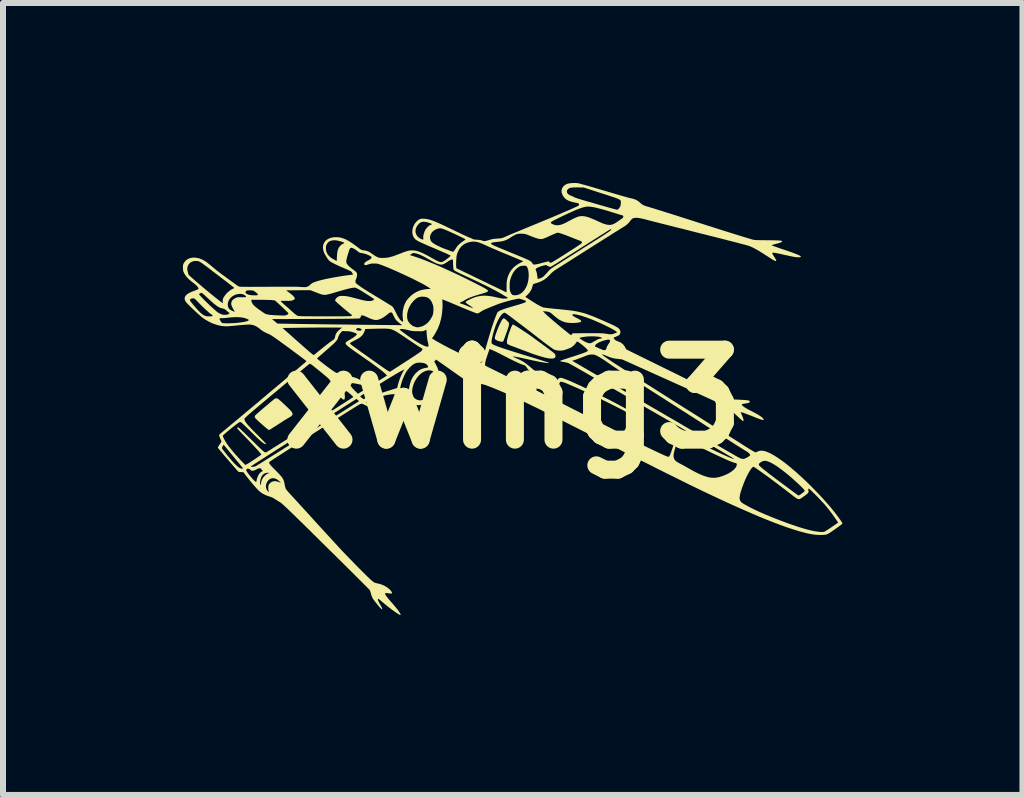
<source format=kicad_pcb>
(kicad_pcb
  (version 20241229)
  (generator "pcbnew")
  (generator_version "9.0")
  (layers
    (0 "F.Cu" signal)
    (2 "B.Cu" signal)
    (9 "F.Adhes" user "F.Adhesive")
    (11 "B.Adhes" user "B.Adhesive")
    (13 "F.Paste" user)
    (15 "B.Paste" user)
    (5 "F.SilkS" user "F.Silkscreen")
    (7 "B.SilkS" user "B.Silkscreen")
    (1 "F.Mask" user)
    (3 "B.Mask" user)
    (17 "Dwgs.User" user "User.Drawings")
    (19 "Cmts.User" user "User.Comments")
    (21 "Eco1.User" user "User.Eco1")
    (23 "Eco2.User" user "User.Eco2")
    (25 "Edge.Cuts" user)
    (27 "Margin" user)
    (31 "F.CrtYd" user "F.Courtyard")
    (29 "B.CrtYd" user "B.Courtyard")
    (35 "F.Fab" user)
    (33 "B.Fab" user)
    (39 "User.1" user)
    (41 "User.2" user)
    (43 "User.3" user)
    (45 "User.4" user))
  (footprint "xwing3"
    (layer "F.Cu")
    (at 5.497 3.6)
    (property "Reference" "xwing3" (at 0 0 0) (layer "F.SilkS") (effects (font (size 1.5 1.5) (thickness 0.3))))
    (attr board_only exclude_from_pos_files exclude_from_bom)
    (fp_poly (pts (xy -0.136 -1.339) (xy -0.122 -1.328) (xy -0.103 -1.311) (xy -0.096 -1.304) (xy -0.077 -1.285) (xy -0.066 -1.27) (xy -0.062 -1.254) (xy -0.064 -1.234) (xy -0.07 -1.207) (xy -0.07 -1.205) (xy -0.075 -1.19) (xy -0.083 -1.165) (xy -0.094 -1.134) (xy -0.106 -1.099) (xy -0.12 -1.062) (xy -0.133 -1.025) (xy -0.146 -0.992) (xy -0.156 -0.965) (xy -0.157 -0.963) (xy -0.164 -0.956) (xy -0.179 -0.953) (xy -0.202 -0.956) (xy -0.227 -0.962) (xy -0.262 -0.974) (xy -0.286 -0.988) (xy -0.298 -1.003) (xy -0.299 -1.006) (xy -0.299 -1.021) (xy -0.294 -1.044) (xy -0.285 -1.075) (xy -0.272 -1.11) (xy -0.258 -1.149) (xy -0.242 -1.189) (xy -0.225 -1.227) (xy -0.208 -1.263) (xy -0.193 -1.294) (xy -0.179 -1.318) (xy -0.167 -1.334) (xy -0.163 -1.337) (xy -0.154 -1.342) (xy -0.146 -1.343)) (stroke (width 0) (type solid)) (fill yes) (layer "F.SilkS"))
    (fp_poly (pts (xy 0.011 -1.238) (xy 0.029 -1.229) (xy 0.054 -1.214) (xy 0.085 -1.195) (xy 0.121 -1.172) (xy 0.159 -1.147) (xy 0.2 -1.12) (xy 0.24 -1.093) (xy 0.28 -1.066) (xy 0.317 -1.04) (xy 0.375 -0.997) (xy 0.431 -0.956) (xy 0.485 -0.917) (xy 0.534 -0.881) (xy 0.579 -0.848) (xy 0.618 -0.818) (xy 0.65 -0.794) (xy 0.675 -0.774) (xy 0.691 -0.761) (xy 0.698 -0.754) (xy 0.71 -0.734) (xy 0.713 -0.712) (xy 0.707 -0.693) (xy 0.701 -0.686) (xy 0.684 -0.677) (xy 0.658 -0.673) (xy 0.625 -0.674) (xy 0.587 -0.678) (xy 0.586 -0.679) (xy 0.545 -0.687) (xy 0.501 -0.699) (xy 0.451 -0.713) (xy 0.394 -0.731) (xy 0.33 -0.753) (xy 0.258 -0.78) (xy 0.176 -0.81) (xy 0.114 -0.834) (xy 0.077 -0.848) (xy 0.042 -0.862) (xy 0.011 -0.873) (xy -0.013 -0.882) (xy -0.028 -0.887) (xy -0.05 -0.896) (xy -0.071 -0.906) (xy -0.078 -0.909) (xy -0.09 -0.919) (xy -0.096 -0.931) (xy -0.098 -0.948) (xy -0.096 -0.972) (xy -0.089 -1.005) (xy -0.086 -1.017) (xy -0.077 -1.052) (xy -0.066 -1.089) (xy -0.053 -1.125) (xy -0.04 -1.16) (xy -0.028 -1.191) (xy -0.016 -1.216) (xy -0.007 -1.233) (xy 0.001 -1.241) (xy 0.002 -1.241)) (stroke (width 0) (type solid)) (fill yes) (layer "F.SilkS"))
    (fp_poly (pts (xy -3.915 -0.003) (xy -3.911 -0.001) (xy -3.899 0.008) (xy -3.88 0.025) (xy -3.855 0.046) (xy -3.828 0.072) (xy -3.798 0.099) (xy -3.769 0.127) (xy -3.741 0.154) (xy -3.717 0.178) (xy -3.699 0.198) (xy -3.687 0.212) (xy -3.685 0.214) (xy -3.673 0.236) (xy -3.67 0.255) (xy -3.677 0.273) (xy -3.695 0.29) (xy -3.724 0.307) (xy -3.73 0.311) (xy -3.741 0.317) (xy -3.761 0.329) (xy -3.787 0.345) (xy -3.82 0.365) (xy -3.856 0.389) (xy -3.895 0.414) (xy -3.899 0.416) (xy -3.937 0.441) (xy -3.973 0.464) (xy -4.004 0.483) (xy -4.029 0.499) (xy -4.047 0.511) (xy -4.056 0.516) (xy -4.057 0.517) (xy -4.062 0.517) (xy -4.07 0.514) (xy -4.081 0.507) (xy -4.098 0.494) (xy -4.121 0.475) (xy -4.151 0.45) (xy -4.18 0.424) (xy -4.212 0.396) (xy -4.241 0.37) (xy -4.265 0.347) (xy -4.284 0.328) (xy -4.295 0.315) (xy -4.298 0.311) (xy -4.3 0.289) (xy -4.297 0.281) (xy -4.291 0.273) (xy -4.277 0.259) (xy -4.255 0.239) (xy -4.228 0.215) (xy -4.196 0.187) (xy -4.16 0.157) (xy -4.147 0.146) (xy -4.11 0.115) (xy -4.075 0.086) (xy -4.044 0.059) (xy -4.017 0.037) (xy -3.997 0.02) (xy -3.984 0.009) (xy -3.982 0.007) (xy -3.96 -0.008) (xy -3.938 -0.011)) (stroke (width 0) (type solid)) (fill yes) (layer "F.SilkS"))
    (fp_poly (pts (xy 1.06 -3.599) (xy 1.088 -3.596) (xy 1.102 -3.593) (xy 1.126 -3.587) (xy 1.16 -3.577) (xy 1.203 -3.566) (xy 1.252 -3.552) (xy 1.308 -3.536) (xy 1.369 -3.518) (xy 1.433 -3.499) (xy 1.5 -3.479) (xy 1.521 -3.473) (xy 1.589 -3.453) (xy 1.655 -3.433) (xy 1.717 -3.415) (xy 1.775 -3.398) (xy 1.827 -3.383) (xy 1.872 -3.371) (xy 1.909 -3.36) (xy 1.937 -3.353) (xy 1.954 -3.348) (xy 1.957 -3.348) (xy 2.005 -3.337) (xy 2.043 -3.324) (xy 2.075 -3.308) (xy 2.104 -3.287) (xy 2.116 -3.276) (xy 2.138 -3.256) (xy 2.157 -3.242) (xy 2.176 -3.231) (xy 2.198 -3.221) (xy 2.227 -3.212) (xy 2.249 -3.205) (xy 2.277 -3.197) (xy 2.316 -3.185) (xy 2.364 -3.171) (xy 2.422 -3.152) (xy 2.489 -3.132) (xy 2.563 -3.108) (xy 2.645 -3.083) (xy 2.732 -3.055) (xy 2.825 -3.025) (xy 2.923 -2.994) (xy 3.024 -2.962) (xy 3.05 -2.953) (xy 3.198 -2.906) (xy 3.333 -2.863) (xy 3.458 -2.823) (xy 3.572 -2.787) (xy 3.675 -2.755) (xy 3.769 -2.726) (xy 3.852 -2.7) (xy 3.926 -2.678) (xy 3.99 -2.659) (xy 4.007 -2.654) (xy 4.019 -2.652) (xy 4.039 -2.65) (xy 4.066 -2.648) (xy 4.102 -2.647) (xy 4.148 -2.646) (xy 4.204 -2.646) (xy 4.244 -2.645) (xy 4.306 -2.645) (xy 4.357 -2.644) (xy 4.399 -2.643) (xy 4.431 -2.642) (xy 4.455 -2.64) (xy 4.472 -2.637) (xy 4.483 -2.634) (xy 4.489 -2.63) (xy 4.491 -2.627) (xy 4.487 -2.619) (xy 4.471 -2.611) (xy 4.443 -2.6) (xy 4.402 -2.589) (xy 4.385 -2.584) (xy 4.358 -2.577) (xy 4.335 -2.57) (xy 4.319 -2.565) (xy 4.313 -2.563) (xy 4.317 -2.56) (xy 4.332 -2.554) (xy 4.356 -2.545) (xy 4.388 -2.534) (xy 4.426 -2.52) (xy 4.469 -2.505) (xy 4.506 -2.493) (xy 4.582 -2.467) (xy 4.647 -2.445) (xy 4.699 -2.425) (xy 4.741 -2.409) (xy 4.772 -2.395) (xy 4.792 -2.385) (xy 4.801 -2.377) (xy 4.801 -2.368) (xy 4.79 -2.363) (xy 4.768 -2.361) (xy 4.739 -2.362) (xy 4.723 -2.364) (xy 4.708 -2.365) (xy 4.69 -2.368) (xy 4.67 -2.372) (xy 4.645 -2.377) (xy 4.614 -2.383) (xy 4.575 -2.392) (xy 4.526 -2.402) (xy 4.486 -2.412) (xy 4.438 -2.422) (xy 4.401 -2.43) (xy 4.372 -2.435) (xy 4.352 -2.437) (xy 4.338 -2.438) (xy 4.329 -2.436) (xy 4.327 -2.435) (xy 4.325 -2.43) (xy 4.328 -2.42) (xy 4.336 -2.405) (xy 4.351 -2.381) (xy 4.353 -2.378) (xy 4.373 -2.346) (xy 4.386 -2.324) (xy 4.392 -2.309) (xy 4.391 -2.301) (xy 4.385 -2.298) (xy 4.378 -2.299) (xy 4.37 -2.302) (xy 4.358 -2.308) (xy 4.342 -2.317) (xy 4.319 -2.33) (xy 4.29 -2.349) (xy 4.253 -2.373) (xy 4.225 -2.391) (xy 4.165 -2.429) (xy 4.113 -2.461) (xy 4.068 -2.488) (xy 4.028 -2.51) (xy 3.992 -2.528) (xy 3.968 -2.539) (xy 3.961 -2.542) (xy 3.954 -2.545) (xy 3.945 -2.548) (xy 3.934 -2.552) (xy 3.92 -2.556) (xy 3.903 -2.561) (xy 3.883 -2.567) (xy 3.858 -2.573) (xy 3.829 -2.581) (xy 3.794 -2.59) (xy 3.754 -2.601) (xy 3.707 -2.613) (xy 3.653 -2.627) (xy 3.592 -2.642) (xy 3.523 -2.66) (xy 3.446 -2.68) (xy 3.359 -2.702) (xy 3.263 -2.726) (xy 3.156 -2.753) (xy 3.039 -2.782) (xy 2.911 -2.815) (xy 2.864 -2.827) (xy 2.778 -2.848) (xy 2.694 -2.869) (xy 2.613 -2.89) (xy 2.537 -2.909) (xy 2.465 -2.927) (xy 2.399 -2.944) (xy 2.34 -2.959) (xy 2.289 -2.972) (xy 2.246 -2.983) (xy 2.213 -2.992) (xy 2.19 -2.997) (xy 2.182 -3) (xy 2.126 -3.012) (xy 2.078 -3.019) (xy 2.039 -3.019) (xy 2.008 -3.013) (xy 1.997 -3.008) (xy 1.983 -2.996) (xy 1.966 -2.979) (xy 1.952 -2.96) (xy 1.935 -2.938) (xy 1.915 -2.918) (xy 1.892 -2.898) (xy 1.863 -2.878) (xy 1.825 -2.854) (xy 1.807 -2.843) (xy 1.795 -2.836) (xy 1.773 -2.822) (xy 1.743 -2.803) (xy 1.704 -2.779) (xy 1.659 -2.751) (xy 1.608 -2.718) (xy 1.551 -2.683) (xy 1.49 -2.644) (xy 1.425 -2.603) (xy 1.358 -2.561) (xy 1.289 -2.517) (xy 1.218 -2.472) (xy 1.147 -2.427) (xy 1.077 -2.383) (xy 1.008 -2.339) (xy 0.942 -2.297) (xy 0.879 -2.257) (xy 0.819 -2.219) (xy 0.765 -2.185) (xy 0.716 -2.154) (xy 0.698 -2.142) (xy 0.676 -2.126) (xy 0.653 -2.106) (xy 0.639 -2.092) (xy 0.597 -2.049) (xy 0.559 -2.014) (xy 0.522 -1.987) (xy 0.482 -1.965) (xy 0.439 -1.946) (xy 0.399 -1.933) (xy 0.375 -1.926) (xy 0.356 -1.919) (xy 0.343 -1.914) (xy 0.341 -1.913) (xy 0.336 -1.905) (xy 0.331 -1.888) (xy 0.327 -1.872) (xy 0.312 -1.826) (xy 0.285 -1.781) (xy 0.247 -1.738) (xy 0.244 -1.735) (xy 0.209 -1.702) (xy 0.299 -1.643) (xy 0.351 -1.61) (xy 0.398 -1.581) (xy 0.441 -1.557) (xy 0.477 -1.539) (xy 0.504 -1.527) (xy 0.51 -1.525) (xy 0.521 -1.523) (xy 0.543 -1.52) (xy 0.574 -1.516) (xy 0.612 -1.512) (xy 0.656 -1.507) (xy 0.704 -1.502) (xy 0.731 -1.5) (xy 0.809 -1.492) (xy 0.877 -1.485) (xy 0.938 -1.478) (xy 0.994 -1.471) (xy 1.044 -1.463) (xy 1.092 -1.454) (xy 1.138 -1.443) (xy 1.184 -1.431) (xy 1.231 -1.416) (xy 1.28 -1.398) (xy 1.334 -1.378) (xy 1.393 -1.354) (xy 1.458 -1.326) (xy 1.532 -1.294) (xy 1.616 -1.257) (xy 1.626 -1.252) (xy 1.677 -1.229) (xy 1.717 -1.208) (xy 1.748 -1.19) (xy 1.77 -1.172) (xy 1.784 -1.154) (xy 1.792 -1.136) (xy 1.795 -1.116) (xy 1.795 -1.116) (xy 1.792 -1.093) (xy 1.782 -1.074) (xy 1.763 -1.058) (xy 1.734 -1.044) (xy 1.727 -1.041) (xy 1.705 -1.032) (xy 1.689 -1.025) (xy 1.681 -1.02) (xy 1.68 -1.019) (xy 1.682 -1.013) (xy 1.691 -1) (xy 1.697 -0.993) (xy 1.713 -0.978) (xy 1.734 -0.967) (xy 1.757 -0.959) (xy 1.801 -0.94) (xy 1.837 -0.912) (xy 1.867 -0.873) (xy 1.873 -0.862) (xy 1.892 -0.826) (xy 2.73 -0.414) (xy 2.857 -0.351) (xy 2.973 -0.294) (xy 3.079 -0.242) (xy 3.174 -0.196) (xy 3.259 -0.154) (xy 3.334 -0.118) (xy 3.399 -0.087) (xy 3.455 -0.06) (xy 3.501 -0.039) (xy 3.538 -0.021) (xy 3.565 -0.009) (xy 3.584 -0.001) (xy 3.594 0.002) (xy 3.595 0.003) (xy 3.609 0.004) (xy 3.634 0.006) (xy 3.666 0.008) (xy 3.704 0.01) (xy 3.745 0.011) (xy 3.764 0.012) (xy 3.819 0.015) (xy 3.862 0.017) (xy 3.895 0.02) (xy 3.92 0.024) (xy 3.936 0.028) (xy 3.946 0.033) (xy 3.951 0.039) (xy 3.952 0.043) (xy 3.949 0.053) (xy 3.94 0.062) (xy 3.923 0.068) (xy 3.896 0.073) (xy 3.877 0.076) (xy 3.847 0.081) (xy 3.827 0.085) (xy 3.818 0.09) (xy 3.818 0.091) (xy 3.821 0.102) (xy 3.834 0.117) (xy 3.858 0.135) (xy 3.891 0.156) (xy 3.933 0.18) (xy 3.97 0.198) (xy 4.033 0.231) (xy 4.086 0.26) (xy 4.126 0.286) (xy 4.156 0.308) (xy 4.172 0.325) (xy 4.179 0.337) (xy 4.183 0.345) (xy 4.181 0.35) (xy 4.173 0.351) (xy 4.159 0.349) (xy 4.136 0.342) (xy 4.106 0.332) (xy 4.066 0.317) (xy 4.016 0.297) (xy 3.979 0.282) (xy 3.94 0.267) (xy 3.903 0.253) (xy 3.87 0.24) (xy 3.844 0.231) (xy 3.827 0.225) (xy 3.821 0.224) (xy 3.798 0.22) (xy 3.82 0.271) (xy 3.835 0.308) (xy 3.844 0.336) (xy 3.847 0.357) (xy 3.843 0.367) (xy 3.838 0.369) (xy 3.831 0.365) (xy 3.817 0.353) (xy 3.796 0.335) (xy 3.771 0.313) (xy 3.743 0.286) (xy 3.727 0.271) (xy 3.695 0.241) (xy 3.664 0.212) (xy 3.636 0.186) (xy 3.612 0.165) (xy 3.594 0.149) (xy 3.59 0.146) (xy 3.582 0.141) (xy 3.568 0.133) (xy 3.549 0.123) (xy 3.524 0.111) (xy 3.492 0.095) (xy 3.452 0.077) (xy 3.405 0.055) (xy 3.351 0.03) (xy 3.288 0.001) (xy 3.216 -0.032) (xy 3.135 -0.069) (xy 3.045 -0.109) (xy 2.945 -0.155) (xy 2.834 -0.205) (xy 2.713 -0.259) (xy 2.689 -0.27) (xy 1.824 -0.659) (xy 1.749 -0.668) (xy 1.713 -0.672) (xy 1.682 -0.678) (xy 1.654 -0.685) (xy 1.623 -0.694) (xy 1.588 -0.708) (xy 1.553 -0.722) (xy 1.526 -0.733) (xy 1.507 -0.74) (xy 1.495 -0.743) (xy 1.49 -0.741) (xy 1.493 -0.735) (xy 1.505 -0.725) (xy 1.525 -0.709) (xy 1.554 -0.689) (xy 1.592 -0.663) (xy 1.64 -0.631) (xy 1.697 -0.593) (xy 1.764 -0.55) (xy 1.804 -0.524) (xy 1.87 -0.481) (xy 1.938 -0.438) (xy 2.008 -0.393) (xy 2.081 -0.346) (xy 2.158 -0.297) (xy 2.239 -0.245) (xy 2.326 -0.191) (xy 2.417 -0.132) (xy 2.516 -0.07) (xy 2.621 -0.003) (xy 2.734 0.068) (xy 2.855 0.145) (xy 2.986 0.227) (xy 3.113 0.307) (xy 3.195 0.359) (xy 3.277 0.411) (xy 3.356 0.461) (xy 3.433 0.509) (xy 3.506 0.556) (xy 3.575 0.599) (xy 3.638 0.639) (xy 3.696 0.676) (xy 3.747 0.708) (xy 3.79 0.735) (xy 3.825 0.758) (xy 3.851 0.774) (xy 3.859 0.78) (xy 3.896 0.803) (xy 3.931 0.825) (xy 3.963 0.844) (xy 3.989 0.86) (xy 4.008 0.871) (xy 4.013 0.874) (xy 4.048 0.892) (xy 4.081 0.876) (xy 4.114 0.865) (xy 4.148 0.862) (xy 4.186 0.866) (xy 4.229 0.879) (xy 4.279 0.9) (xy 4.286 0.903) (xy 4.345 0.935) (xy 4.411 0.976) (xy 4.483 1.026) (xy 4.559 1.083) (xy 4.639 1.148) (xy 4.722 1.219) (xy 4.807 1.296) (xy 4.894 1.377) (xy 4.981 1.463) (xy 5.068 1.552) (xy 5.154 1.643) (xy 5.238 1.737) (xy 5.264 1.767) (xy 5.298 1.806) (xy 5.331 1.847) (xy 5.363 1.887) (xy 5.394 1.927) (xy 5.422 1.964) (xy 5.447 1.998) (xy 5.468 2.028) (xy 5.484 2.052) (xy 5.493 2.069) (xy 5.496 2.078) (xy 5.495 2.079) (xy 5.483 2.089) (xy 5.463 2.105) (xy 5.437 2.124) (xy 5.407 2.146) (xy 5.375 2.169) (xy 5.343 2.191) (xy 5.313 2.212) (xy 5.287 2.229) (xy 5.268 2.241) (xy 5.261 2.245) (xy 5.243 2.253) (xy 5.228 2.259) (xy 5.212 2.263) (xy 5.192 2.265) (xy 5.164 2.266) (xy 5.146 2.267) (xy 5.089 2.266) (xy 5.03 2.262) (xy 4.968 2.252) (xy 4.899 2.238) (xy 4.869 2.23) (xy 4.781 2.207) (xy 4.687 2.178) (xy 4.585 2.145) (xy 4.476 2.106) (xy 4.359 2.062) (xy 4.234 2.013) (xy 4.101 1.959) (xy 3.96 1.898) (xy 3.809 1.832) (xy 3.649 1.761) (xy 3.48 1.683) (xy 3.428 1.659) (xy 3.781 1.659) (xy 3.785 1.681) (xy 3.791 1.694) (xy 3.798 1.706) (xy 3.805 1.716) (xy 3.815 1.726) (xy 3.83 1.737) (xy 3.851 1.75) (xy 3.88 1.766) (xy 3.901 1.778) (xy 3.964 1.812) (xy 4.037 1.848) (xy 4.119 1.886) (xy 4.207 1.924) (xy 4.3 1.963) (xy 4.395 2.001) (xy 4.492 2.038) (xy 4.588 2.074) (xy 4.682 2.106) (xy 4.771 2.136) (xy 4.854 2.161) (xy 4.907 2.176) (xy 4.971 2.192) (xy 5.029 2.204) (xy 5.081 2.212) (xy 5.127 2.217) (xy 5.163 2.218) (xy 5.19 2.214) (xy 5.196 2.213) (xy 5.206 2.207) (xy 5.224 2.196) (xy 5.248 2.181) (xy 5.278 2.161) (xy 5.31 2.14) (xy 5.318 2.134) (xy 5.425 2.061) (xy 5.368 1.979) (xy 5.314 1.903) (xy 5.262 1.836) (xy 5.211 1.773) (xy 5.156 1.712) (xy 5.096 1.649) (xy 5.063 1.615) (xy 5.031 1.583) (xy 5.002 1.555) (xy 4.977 1.53) (xy 4.956 1.511) (xy 4.942 1.499) (xy 4.936 1.493) (xy 4.935 1.493) (xy 4.928 1.499) (xy 4.926 1.512) (xy 4.928 1.528) (xy 4.931 1.541) (xy 4.93 1.552) (xy 4.925 1.563) (xy 4.914 1.576) (xy 4.897 1.591) (xy 4.871 1.61) (xy 4.837 1.635) (xy 4.831 1.639) (xy 4.811 1.653) (xy 4.795 1.663) (xy 4.781 1.669) (xy 4.767 1.67) (xy 4.752 1.667) (xy 4.733 1.658) (xy 4.711 1.643) (xy 4.682 1.622) (xy 4.646 1.594) (xy 4.628 1.58) (xy 4.574 1.538) (xy 4.519 1.496) (xy 4.462 1.453) (xy 4.406 1.41) (xy 4.349 1.368) (xy 4.294 1.327) (xy 4.242 1.288) (xy 4.192 1.253) (xy 4.147 1.22) (xy 4.107 1.192) (xy 4.073 1.168) (xy 4.045 1.149) (xy 4.026 1.137) (xy 4.014 1.131) (xy 4.013 1.131) (xy 4 1.136) (xy 3.983 1.153) (xy 3.964 1.178) (xy 3.943 1.212) (xy 3.92 1.252) (xy 3.897 1.298) (xy 3.874 1.349) (xy 3.851 1.404) (xy 3.83 1.46) (xy 3.813 1.51) (xy 3.797 1.56) (xy 3.787 1.6) (xy 3.782 1.633) (xy 3.781 1.659) (xy 3.428 1.659) (xy 3.301 1.599) (xy 3.111 1.509) (xy 3.067 1.487) (xy 3.023 1.466) (xy 2.969 1.44) (xy 2.906 1.409) (xy 2.836 1.374) (xy 2.757 1.335) (xy 2.673 1.293) (xy 2.583 1.249) (xy 2.489 1.202) (xy 2.391 1.153) (xy 2.291 1.102) (xy 2.189 1.051) (xy 2.087 1) (xy 1.984 0.948) (xy 1.883 0.897) (xy 1.784 0.847) (xy 1.689 0.799) (xy 1.597 0.752) (xy 1.51 0.708) (xy 1.478 0.692) (xy 1.316 0.609) (xy 1.164 0.532) (xy 1.021 0.46) (xy 0.889 0.393) (xy 0.765 0.33) (xy 0.649 0.273) (xy 0.541 0.219) (xy 0.441 0.169) (xy 0.348 0.124) (xy 0.261 0.082) (xy 0.18 0.043) (xy 0.104 0.007) (xy 0.033 -0.026) (xy -0.034 -0.057) (xy -0.096 -0.085) (xy -0.155 -0.111) (xy -0.212 -0.135) (xy -0.266 -0.158) (xy -0.295 -0.17) (xy 0.394 -0.17) (xy 0.394 -0.161) (xy 0.396 -0.141) (xy 1.109 0.221) (xy 1.197 0.266) (xy 1.281 0.309) (xy 1.362 0.35) (xy 1.439 0.388) (xy 1.511 0.425) (xy 1.577 0.458) (xy 1.637 0.488) (xy 1.69 0.515) (xy 1.736 0.537) (xy 1.773 0.556) (xy 1.801 0.57) (xy 1.82 0.579) (xy 1.829 0.583) (xy 1.83 0.583) (xy 1.835 0.578) (xy 1.845 0.564) (xy 1.856 0.543) (xy 1.87 0.517) (xy 1.871 0.515) (xy 1.886 0.482) (xy 1.902 0.443) (xy 1.918 0.401) (xy 1.933 0.36) (xy 1.945 0.322) (xy 1.954 0.291) (xy 1.957 0.275) (xy 1.961 0.255) (xy 1.879 0.21) (xy 1.824 0.18) (xy 1.76 0.147) (xy 1.691 0.112) (xy 1.617 0.075) (xy 1.54 0.037) (xy 1.46 -0.002) (xy 1.38 -0.041) (xy 1.3 -0.079) (xy 1.222 -0.115) (xy 1.147 -0.15) (xy 1.076 -0.182) (xy 1.011 -0.21) (xy 0.953 -0.235) (xy 0.904 -0.256) (xy 0.866 -0.271) (xy 0.836 -0.281) (xy 0.814 -0.287) (xy 0.8 -0.288) (xy 0.79 -0.282) (xy 0.782 -0.271) (xy 0.775 -0.254) (xy 0.758 -0.213) (xy 0.744 -0.183) (xy 0.731 -0.162) (xy 0.719 -0.15) (xy 0.706 -0.145) (xy 0.691 -0.147) (xy 0.673 -0.154) (xy 0.661 -0.159) (xy 0.64 -0.17) (xy 0.612 -0.185) (xy 0.581 -0.201) (xy 0.562 -0.212) (xy 0.534 -0.227) (xy 0.506 -0.241) (xy 0.481 -0.251) (xy 0.468 -0.256) (xy 0.449 -0.261) (xy 0.437 -0.262) (xy 0.427 -0.259) (xy 0.421 -0.256) (xy 0.41 -0.243) (xy 0.402 -0.222) (xy 0.396 -0.196) (xy 0.394 -0.17) (xy -0.295 -0.17) (xy -0.3 -0.172) (xy -0.353 -0.193) (xy -0.397 -0.21) (xy -0.434 -0.224) (xy -0.465 -0.235) (xy -0.493 -0.243) (xy -0.519 -0.249) (xy -0.547 -0.253) (xy -0.576 -0.257) (xy -0.611 -0.261) (xy -0.623 -0.262) (xy -0.728 -0.271) (xy -0.787 -0.311) (xy -0.804 -0.323) (xy -0.831 -0.342) (xy -0.864 -0.365) (xy -0.904 -0.393) (xy -0.947 -0.423) (xy -0.994 -0.456) (xy -1.042 -0.49) (xy -1.061 -0.504) (xy -1.135 -0.556) (xy -0.461 -0.556) (xy -0.097 -0.376) (xy -0.035 -0.345) (xy 0.025 -0.316) (xy 0.08 -0.289) (xy 0.131 -0.265) (xy 0.175 -0.243) (xy 0.213 -0.226) (xy 0.243 -0.212) (xy 0.264 -0.202) (xy 0.276 -0.197) (xy 0.277 -0.197) (xy 0.285 -0.201) (xy 0.292 -0.214) (xy 0.298 -0.232) (xy 0.304 -0.253) (xy 0.313 -0.281) (xy 0.323 -0.313) (xy 0.33 -0.334) (xy 0.338 -0.363) (xy 0.345 -0.388) (xy 0.347 -0.405) (xy 0.347 -0.412) (xy 0.34 -0.422) (xy 0.326 -0.435) (xy 0.308 -0.448) (xy 0.283 -0.466) (xy 0.264 -0.483) (xy 0.247 -0.503) (xy 0.228 -0.53) (xy 0.228 -0.53) (xy 0.215 -0.548) (xy 0.201 -0.559) (xy 0.183 -0.566) (xy 0.173 -0.569) (xy 0.144 -0.579) (xy 0.104 -0.595) (xy 0.057 -0.617) (xy 0.002 -0.643) (xy -0.058 -0.673) (xy -0.123 -0.707) (xy -0.126 -0.708) (xy -0.166 -0.729) (xy -0.208 -0.751) (xy -0.249 -0.771) (xy -0.285 -0.789) (xy -0.314 -0.802) (xy -0.314 -0.802) (xy -0.386 -0.834) (xy -0.414 -0.755) (xy -0.434 -0.696) (xy -0.449 -0.648) (xy -0.458 -0.609) (xy -0.461 -0.579) (xy -0.461 -0.577) (xy -0.461 -0.556) (xy -1.135 -0.556) (xy -1.277 -0.656) (xy -1.293 -0.64) (xy -1.309 -0.623) (xy -1.288 -0.587) (xy -1.254 -0.52) (xy -1.232 -0.448) (xy -1.22 -0.373) (xy -1.22 -0.298) (xy -1.23 -0.223) (xy -1.245 -0.171) (xy -1.271 -0.109) (xy -1.305 -0.053) (xy -1.346 -0.003) (xy -1.392 0.038) (xy -1.439 0.067) (xy -1.466 0.08) (xy -1.495 0.09) (xy -1.519 0.098) (xy -1.522 0.099) (xy -1.571 0.104) (xy -1.625 0.1) (xy -1.681 0.088) (xy -1.736 0.07) (xy -1.785 0.045) (xy -1.805 0.031) (xy -1.83 0.011) (xy -1.856 -0.011) (xy -1.872 -0.025) (xy -1.898 -0.049) (xy -1.918 -0.065) (xy -1.934 -0.074) (xy -1.945 -0.077) (xy -1.977 -0.08) (xy -2.017 -0.078) (xy -2.064 -0.072) (xy -2.114 -0.063) (xy -2.152 -0.053) (xy -2.175 -0.046) (xy -2.205 -0.036) (xy -2.239 -0.025) (xy -2.276 -0.012) (xy -2.314 0.001) (xy -2.35 0.014) (xy -2.383 0.026) (xy -2.411 0.037) (xy -2.431 0.045) (xy -2.443 0.051) (xy -2.445 0.052) (xy -2.443 0.058) (xy -2.435 0.07) (xy -2.43 0.077) (xy -2.411 0.101) (xy -2.401 0.117) (xy -2.399 0.126) (xy -2.406 0.127) (xy -2.423 0.121) (xy -2.45 0.108) (xy -2.462 0.103) (xy -2.48 0.093) (xy -2.494 0.086) (xy -2.506 0.081) (xy -2.518 0.08) (xy -2.53 0.082) (xy -2.545 0.087) (xy -2.564 0.097) (xy -2.589 0.112) (xy -2.622 0.132) (xy -2.663 0.158) (xy -2.691 0.175) (xy -2.726 0.197) (xy -2.769 0.224) (xy -2.818 0.255) (xy -2.873 0.29) (xy -2.934 0.328) (xy -2.998 0.369) (xy -3.066 0.412) (xy -3.137 0.457) (xy -3.21 0.504) (xy -3.284 0.551) (xy -3.359 0.599) (xy -3.433 0.647) (xy -3.507 0.694) (xy -3.579 0.74) (xy -3.649 0.785) (xy -3.716 0.828) (xy -3.779 0.868) (xy -3.837 0.906) (xy -3.89 0.94) (xy -3.937 0.97) (xy -3.977 0.996) (xy -4.01 1.017) (xy -4.034 1.034) (xy -4.049 1.044) (xy -4.055 1.048) (xy -4.06 1.055) (xy -4.061 1.064) (xy -4.056 1.077) (xy -4.046 1.092) (xy -4.029 1.113) (xy -4.004 1.14) (xy -3.971 1.173) (xy -3.952 1.192) (xy -3.913 1.231) (xy -3.882 1.264) (xy -3.858 1.292) (xy -3.839 1.317) (xy -3.826 1.341) (xy -3.816 1.366) (xy -3.808 1.393) (xy -3.802 1.424) (xy -3.802 1.427) (xy -3.796 1.454) (xy -3.79 1.478) (xy -3.784 1.496) (xy -3.783 1.5) (xy -3.775 1.51) (xy -3.761 1.528) (xy -3.741 1.551) (xy -3.718 1.577) (xy -3.692 1.606) (xy -3.691 1.606) (xy -3.673 1.626) (xy -3.647 1.654) (xy -3.615 1.689) (xy -3.577 1.73) (xy -3.536 1.776) (xy -3.49 1.826) (xy -3.442 1.878) (xy -3.393 1.932) (xy -3.343 1.987) (xy -3.334 1.997) (xy -3.281 2.056) (xy -3.226 2.116) (xy -3.17 2.177) (xy -3.114 2.238) (xy -3.061 2.296) (xy -3.01 2.351) (xy -2.964 2.402) (xy -2.924 2.445) (xy -2.895 2.477) (xy -2.851 2.524) (xy -2.804 2.573) (xy -2.754 2.625) (xy -2.703 2.678) (xy -2.651 2.731) (xy -2.601 2.783) (xy -2.551 2.833) (xy -2.505 2.879) (xy -2.462 2.922) (xy -2.424 2.959) (xy -2.391 2.991) (xy -2.365 3.015) (xy -2.35 3.028) (xy -2.329 3.046) (xy -2.312 3.057) (xy -2.297 3.064) (xy -2.277 3.07) (xy -2.252 3.075) (xy -2.195 3.09) (xy -2.14 3.113) (xy -2.091 3.143) (xy -2.062 3.166) (xy -2.038 3.19) (xy -2.021 3.212) (xy -2.013 3.229) (xy -2.013 3.24) (xy -2.022 3.243) (xy -2.04 3.243) (xy -2.067 3.241) (xy -2.099 3.236) (xy -2.106 3.235) (xy -2.12 3.233) (xy -2.125 3.237) (xy -2.126 3.246) (xy -2.124 3.257) (xy -2.118 3.271) (xy -2.105 3.29) (xy -2.087 3.314) (xy -2.061 3.345) (xy -2.028 3.383) (xy -1.988 3.429) (xy -1.956 3.467) (xy -1.93 3.499) (xy -1.909 3.527) (xy -1.892 3.551) (xy -1.889 3.557) (xy -1.875 3.579) (xy -1.869 3.594) (xy -1.87 3.601) (xy -1.88 3.6) (xy -1.898 3.591) (xy -1.925 3.574) (xy -1.944 3.562) (xy -1.994 3.527) (xy -2.048 3.487) (xy -2.102 3.444) (xy -2.154 3.401) (xy -2.185 3.375) (xy -2.212 3.351) (xy -2.232 3.336) (xy -2.244 3.331) (xy -2.249 3.334) (xy -2.249 3.336) (xy -2.246 3.355) (xy -2.236 3.38) (xy -2.222 3.409) (xy -2.208 3.431) (xy -2.195 3.454) (xy -2.184 3.475) (xy -2.178 3.49) (xy -2.177 3.492) (xy -2.176 3.504) (xy -2.179 3.507) (xy -2.187 3.504) (xy -2.195 3.496) (xy -2.21 3.481) (xy -2.229 3.46) (xy -2.25 3.434) (xy -2.273 3.406) (xy -2.296 3.378) (xy -2.316 3.351) (xy -2.325 3.339) (xy -2.343 3.308) (xy -2.357 3.269) (xy -2.361 3.256) (xy -2.368 3.23) (xy -2.375 3.207) (xy -2.381 3.191) (xy -2.382 3.188) (xy -2.387 3.182) (xy -2.401 3.168) (xy -2.422 3.146) (xy -2.451 3.117) (xy -2.487 3.081) (xy -2.529 3.039) (xy -2.577 2.991) (xy -2.631 2.937) (xy -2.689 2.879) (xy -2.753 2.816) (xy -2.82 2.749) (xy -2.891 2.679) (xy -2.965 2.605) (xy -3.043 2.529) (xy -3.116 2.457) (xy -3.21 2.365) (xy -3.295 2.28) (xy -3.372 2.204) (xy -3.442 2.135) (xy -3.505 2.073) (xy -3.562 2.018) (xy -3.612 1.969) (xy -3.656 1.926) (xy -3.695 1.888) (xy -3.729 1.856) (xy -3.758 1.827) (xy -3.783 1.804) (xy -3.805 1.784) (xy -3.823 1.767) (xy -3.839 1.753) (xy -3.851 1.742) (xy -3.862 1.734) (xy -3.872 1.727) (xy -3.88 1.721) (xy -3.887 1.716) (xy -3.892 1.714) (xy -3.918 1.698) (xy -3.944 1.682) (xy -3.965 1.668) (xy -3.97 1.664) (xy -4.001 1.646) (xy -4.043 1.63) (xy -4.056 1.626) (xy -4.113 1.606) (xy -4.166 1.58) (xy -4.211 1.549) (xy -4.236 1.527) (xy -4.259 1.503) (xy -4.288 1.471) (xy -4.313 1.443) (xy -4.115 1.443) (xy -4.113 1.479) (xy -4.102 1.512) (xy -4.085 1.535) (xy -4.072 1.548) (xy -4.065 1.552) (xy -4.065 1.545) (xy -4.069 1.533) (xy -4.074 1.511) (xy -4.075 1.483) (xy -4.074 1.456) (xy -4.069 1.434) (xy -4.067 1.428) (xy -4.045 1.4) (xy -4.017 1.381) (xy -3.984 1.371) (xy -3.946 1.371) (xy -3.907 1.382) (xy -3.896 1.386) (xy -3.863 1.402) (xy -3.89 1.373) (xy -3.925 1.344) (xy -3.96 1.326) (xy -3.994 1.32) (xy -4.027 1.325) (xy -4.058 1.341) (xy -4.085 1.369) (xy -4.087 1.372) (xy -4.106 1.407) (xy -4.115 1.443) (xy -4.313 1.443) (xy -4.32 1.435) (xy -4.353 1.395) (xy -4.386 1.356) (xy -4.416 1.318) (xy -4.442 1.285) (xy -4.444 1.283) (xy -4.491 1.22) (xy -4.528 1.22) (xy -4.549 1.218) (xy -4.565 1.216) (xy -4.571 1.214) (xy -4.577 1.209) (xy -4.59 1.195) (xy -4.598 1.186) (xy -4.443 1.186) (xy -4.439 1.198) (xy -4.429 1.216) (xy -4.413 1.239) (xy -4.393 1.265) (xy -4.371 1.292) (xy -4.348 1.319) (xy -4.326 1.343) (xy -4.307 1.363) (xy -4.291 1.377) (xy -4.281 1.383) (xy -4.28 1.383) (xy -4.278 1.381) (xy -4.212 1.381) (xy -4.212 1.408) (xy -4.209 1.422) (xy -4.201 1.441) (xy -4.196 1.406) (xy -4.191 1.38) (xy -4.184 1.355) (xy -4.18 1.343) (xy -4.16 1.31) (xy -4.133 1.279) (xy -4.102 1.254) (xy -4.069 1.237) (xy -4.064 1.235) (xy -4.056 1.232) (xy -4.058 1.231) (xy -4.07 1.23) (xy -4.079 1.23) (xy -4.113 1.234) (xy -4.144 1.245) (xy -4.167 1.264) (xy -4.168 1.264) (xy -4.184 1.288) (xy -4.197 1.317) (xy -4.207 1.35) (xy -4.212 1.381) (xy -4.278 1.381) (xy -4.273 1.377) (xy -4.271 1.368) (xy -4.268 1.346) (xy -4.26 1.319) (xy -4.249 1.29) (xy -4.236 1.264) (xy -4.23 1.253) (xy -4.214 1.234) (xy -4.197 1.219) (xy -4.189 1.214) (xy -4.175 1.205) (xy -4.167 1.199) (xy -4.167 1.198) (xy -4.171 1.192) (xy -4.181 1.182) (xy -4.182 1.181) (xy -4.193 1.17) (xy -4.197 1.162) (xy -4.197 1.162) (xy -4.203 1.156) (xy -4.216 1.155) (xy -4.232 1.157) (xy -4.249 1.162) (xy -4.262 1.168) (xy -4.28 1.179) (xy -4.304 1.189) (xy -4.329 1.196) (xy -4.347 1.198) (xy -4.358 1.194) (xy -4.372 1.183) (xy -4.375 1.18) (xy -4.391 1.167) (xy -4.409 1.162) (xy -4.426 1.163) (xy -4.438 1.171) (xy -4.443 1.186) (xy -4.443 1.186) (xy -4.598 1.186) (xy -4.609 1.174) (xy -4.632 1.147) (xy -4.659 1.116) (xy -4.689 1.082) (xy -4.721 1.045) (xy -4.753 1.007) (xy -4.785 0.97) (xy -4.816 0.934) (xy -4.844 0.9) (xy -4.869 0.87) (xy -4.89 0.845) (xy -4.905 0.826) (xy -4.912 0.818) (xy -4.849 0.818) (xy -4.845 0.826) (xy -4.834 0.842) (xy -4.818 0.864) (xy -4.797 0.89) (xy -4.774 0.92) (xy -4.748 0.952) (xy -4.721 0.984) (xy -4.695 1.014) (xy -4.671 1.042) (xy -4.65 1.066) (xy -4.634 1.082) (xy -4.602 1.112) (xy -4.576 1.135) (xy -4.555 1.149) (xy -4.535 1.158) (xy -4.517 1.161) (xy -4.512 1.161) (xy -4.499 1.161) (xy -4.496 1.157) (xy -4.5 1.15) (xy -4.505 1.143) (xy -4.518 1.128) (xy -4.519 1.127) (xy -4.367 1.127) (xy -4.363 1.13) (xy -4.35 1.131) (xy -4.339 1.131) (xy -4.316 1.129) (xy -4.296 1.125) (xy -4.288 1.123) (xy -4.281 1.119) (xy -4.264 1.109) (xy -4.239 1.093) (xy -4.205 1.072) (xy -4.163 1.046) (xy -4.114 1.015) (xy -4.059 0.981) (xy -3.999 0.943) (xy -3.933 0.902) (xy -3.863 0.858) (xy -3.79 0.812) (xy -3.713 0.764) (xy -3.634 0.714) (xy -3.554 0.663) (xy -3.472 0.612) (xy -3.39 0.56) (xy -3.308 0.509) (xy -3.227 0.458) (xy -3.148 0.408) (xy -3.071 0.36) (xy -2.997 0.313) (xy -2.927 0.268) (xy -2.861 0.227) (xy -2.8 0.188) (xy -2.744 0.153) (xy -2.694 0.121) (xy -2.652 0.094) (xy -2.617 0.072) (xy -2.59 0.055) (xy -2.572 0.043) (xy -2.564 0.037) (xy -2.563 0.037) (xy -2.568 0.031) (xy -2.579 0.021) (xy -2.584 0.017) (xy -2.605 -0.001) (xy -3.48 0.556) (xy -3.574 0.617) (xy -3.666 0.675) (xy -3.755 0.732) (xy -3.839 0.786) (xy -3.92 0.837) (xy -3.995 0.885) (xy -4.065 0.93) (xy -4.129 0.971) (xy -4.186 1.008) (xy -4.237 1.04) (xy -4.279 1.068) (xy -4.314 1.09) (xy -4.34 1.107) (xy -4.356 1.117) (xy -4.363 1.122) (xy -4.363 1.122) (xy -4.367 1.127) (xy -4.519 1.127) (xy -4.537 1.105) (xy -4.56 1.076) (xy -4.589 1.042) (xy -4.62 1.004) (xy -4.654 0.963) (xy -4.664 0.951) (xy -4.82 0.762) (xy -4.835 0.787) (xy -4.843 0.803) (xy -4.848 0.815) (xy -4.849 0.818) (xy -4.912 0.818) (xy -4.914 0.814) (xy -4.917 0.811) (xy -4.913 0.803) (xy -4.905 0.788) (xy -4.892 0.768) (xy -4.886 0.759) (xy -4.872 0.738) (xy -4.862 0.722) (xy -4.856 0.711) (xy -4.855 0.709) (xy -4.857 0.702) (xy -4.864 0.687) (xy -4.873 0.666) (xy -4.877 0.657) (xy -4.888 0.63) (xy -4.892 0.617) (xy -4.833 0.617) (xy -4.828 0.633) (xy -4.818 0.656) (xy -4.804 0.682) (xy -4.787 0.712) (xy -4.768 0.741) (xy -4.749 0.769) (xy -4.749 0.77) (xy -4.728 0.797) (xy -4.703 0.829) (xy -4.677 0.861) (xy -4.659 0.883) (xy -4.641 0.904) (xy -4.618 0.93) (xy -4.593 0.957) (xy -4.567 0.986) (xy -4.541 1.015) (xy -4.516 1.041) (xy -4.494 1.064) (xy -4.476 1.083) (xy -4.464 1.095) (xy -4.458 1.1) (xy -4.458 1.1) (xy -4.451 1.098) (xy -4.438 1.091) (xy -4.435 1.09) (xy -4.421 1.082) (xy -4.401 1.07) (xy -4.375 1.053) (xy -4.346 1.034) (xy -4.315 1.014) (xy -4.284 0.993) (xy -4.255 0.973) (xy -4.229 0.956) (xy -4.209 0.941) (xy -4.196 0.931) (xy -4.191 0.927) (xy -4.195 0.919) (xy -4.207 0.904) (xy -4.226 0.882) (xy -4.25 0.855) (xy -4.28 0.822) (xy -4.313 0.786) (xy -4.35 0.747) (xy -4.389 0.706) (xy -4.429 0.664) (xy -4.459 0.633) (xy -4.491 0.6) (xy -4.521 0.569) (xy -4.547 0.542) (xy -4.568 0.52) (xy -4.582 0.503) (xy -4.59 0.494) (xy -4.59 0.493) (xy -4.593 0.481) (xy -4.587 0.475) (xy -4.573 0.476) (xy -4.565 0.48) (xy -4.558 0.486) (xy -4.543 0.499) (xy -4.521 0.52) (xy -4.494 0.546) (xy -4.461 0.578) (xy -4.425 0.613) (xy -4.385 0.652) (xy -4.351 0.686) (xy -4.295 0.741) (xy -4.247 0.788) (xy -4.207 0.826) (xy -4.176 0.855) (xy -4.153 0.875) (xy -4.139 0.886) (xy -4.134 0.888) (xy -4.116 0.89) (xy -4.103 0.887) (xy -4.097 0.883) (xy -4.081 0.873) (xy -4.056 0.857) (xy -4.022 0.836) (xy -3.982 0.81) (xy -3.934 0.78) (xy -3.881 0.747) (xy -3.822 0.71) (xy -3.759 0.67) (xy -3.692 0.627) (xy -3.622 0.583) (xy -3.55 0.537) (xy -3.475 0.49) (xy -3.4 0.442) (xy -3.325 0.394) (xy -3.251 0.347) (xy -3.177 0.3) (xy -3.106 0.255) (xy -3.037 0.211) (xy -2.972 0.17) (xy -2.911 0.131) (xy -2.855 0.095) (xy -2.804 0.063) (xy -2.76 0.034) (xy -2.723 0.011) (xy -2.694 -0.008) (xy -2.673 -0.022) (xy -2.661 -0.029) (xy -2.659 -0.031) (xy -2.661 -0.036) (xy -2.667 -0.043) (xy -2.544 -0.043) (xy -2.539 -0.038) (xy -2.528 -0.028) (xy -2.515 -0.018) (xy -2.487 0.004) (xy -2.444 -0.014) (xy -2.427 -0.02) (xy -2.4 -0.029) (xy -2.366 -0.041) (xy -2.325 -0.055) (xy -2.281 -0.07) (xy -2.234 -0.085) (xy -2.222 -0.089) (xy -2.174 -0.104) (xy -2.127 -0.12) (xy -2.083 -0.134) (xy -2.063 -0.14) (xy -1.881 -0.14) (xy -1.878 -0.12) (xy -1.87 -0.1) (xy -1.87 -0.099) (xy -1.861 -0.089) (xy -1.846 -0.073) (xy -1.826 -0.056) (xy -1.804 -0.038) (xy -1.783 -0.021) (xy -1.765 -0.009) (xy -1.752 -0.001) (xy -1.748 -0.000156) (xy -1.744 -0.006) (xy -1.741 -0.024) (xy -1.739 -0.053) (xy -1.737 -0.081) (xy -1.734 -0.126) (xy -1.678 -0.126) (xy -1.673 -0.08) (xy -1.659 -0.042) (xy -1.637 -0.012) (xy -1.605 0.009) (xy -1.576 0.019) (xy -1.558 0.023) (xy -1.541 0.024) (xy -1.522 0.021) (xy -1.504 0.018) (xy -1.454 0.001) (xy -1.408 -0.026) (xy -1.368 -0.062) (xy -1.335 -0.107) (xy -1.308 -0.159) (xy -1.29 -0.216) (xy -1.28 -0.279) (xy -1.279 -0.33) (xy -1.283 -0.375) (xy -1.291 -0.41) (xy -1.305 -0.436) (xy -1.325 -0.456) (xy -1.34 -0.466) (xy -1.373 -0.476) (xy -1.41 -0.477) (xy -1.45 -0.468) (xy -1.49 -0.45) (xy -1.53 -0.423) (xy -1.567 -0.389) (xy -1.601 -0.346) (xy -1.631 -0.297) (xy -1.654 -0.243) (xy -1.67 -0.189) (xy -1.677 -0.138) (xy -1.678 -0.126) (xy -1.734 -0.126) (xy -1.73 -0.166) (xy -1.716 -0.241) (xy -1.695 -0.307) (xy -1.666 -0.365) (xy -1.63 -0.415) (xy -1.61 -0.436) (xy -1.569 -0.472) (xy -1.526 -0.497) (xy -1.478 -0.513) (xy -1.453 -0.518) (xy -1.43 -0.522) (xy -1.417 -0.525) (xy -1.411 -0.529) (xy -1.411 -0.535) (xy -1.411 -0.538) (xy -1.425 -0.565) (xy -1.448 -0.585) (xy -1.48 -0.598) (xy -1.521 -0.604) (xy -1.55 -0.605) (xy -1.579 -0.604) (xy -1.601 -0.601) (xy -1.62 -0.595) (xy -1.639 -0.587) (xy -1.671 -0.567) (xy -1.705 -0.537) (xy -1.739 -0.501) (xy -1.77 -0.461) (xy -1.784 -0.438) (xy -1.803 -0.402) (xy -1.822 -0.359) (xy -1.84 -0.313) (xy -1.856 -0.265) (xy -1.868 -0.22) (xy -1.877 -0.178) (xy -1.88 -0.145) (xy -1.881 -0.14) (xy -2.063 -0.14) (xy -2.043 -0.146) (xy -2.011 -0.156) (xy -1.988 -0.164) (xy -1.985 -0.165) (xy -1.927 -0.182) (xy -1.921 -0.206) (xy -1.91 -0.253) (xy -1.894 -0.303) (xy -1.876 -0.353) (xy -1.856 -0.401) (xy -1.836 -0.442) (xy -1.818 -0.473) (xy -1.804 -0.494) (xy -1.881 -0.454) (xy -1.897 -0.445) (xy -1.921 -0.431) (xy -1.953 -0.413) (xy -1.99 -0.39) (xy -2.032 -0.365) (xy -2.078 -0.337) (xy -2.127 -0.307) (xy -2.178 -0.275) (xy -2.229 -0.244) (xy -2.28 -0.212) (xy -2.33 -0.181) (xy -2.376 -0.152) (xy -2.419 -0.125) (xy -2.458 -0.1) (xy -2.491 -0.08) (xy -2.516 -0.063) (xy -2.534 -0.051) (xy -2.543 -0.044) (xy -2.544 -0.043) (xy -2.667 -0.043) (xy -2.671 -0.048) (xy -2.687 -0.063) (xy -2.706 -0.08) (xy -2.727 -0.097) (xy -2.747 -0.113) (xy -2.765 -0.125) (xy -2.774 -0.13) (xy -2.791 -0.137) (xy -2.802 -0.138) (xy -2.803 -0.137) (xy -2.805 -0.128) (xy -2.805 -0.11) (xy -2.802 -0.085) (xy -2.802 -0.083) (xy -2.799 -0.046) (xy -2.799 -0.017) (xy -2.804 0.002) (xy -2.812 0.01) (xy -2.825 0.01) (xy -2.84 0.001) (xy -2.859 -0.019) (xy -2.882 -0.048) (xy -2.908 -0.088) (xy -2.938 -0.138) (xy -2.947 -0.154) (xy -2.978 -0.206) (xy -3.004 -0.248) (xy -3.026 -0.282) (xy -3.046 -0.31) (xy -3.065 -0.333) (xy -3.066 -0.334) (xy -3.076 -0.344) (xy -3.095 -0.361) (xy -3.12 -0.382) (xy -3.151 -0.408) (xy -3.185 -0.437) (xy -3.222 -0.467) (xy -3.232 -0.475) (xy -3.273 -0.508) (xy -3.305 -0.534) (xy -3.33 -0.554) (xy -3.349 -0.569) (xy -3.363 -0.578) (xy -3.373 -0.584) (xy -3.38 -0.586) (xy -3.385 -0.586) (xy -3.39 -0.584) (xy -3.39 -0.583) (xy -3.397 -0.578) (xy -3.412 -0.566) (xy -3.436 -0.547) (xy -3.467 -0.521) (xy -3.505 -0.49) (xy -3.55 -0.453) (xy -3.6 -0.411) (xy -3.655 -0.365) (xy -3.715 -0.316) (xy -3.779 -0.263) (xy -3.846 -0.207) (xy -3.916 -0.149) (xy -3.939 -0.129) (xy -4.024 -0.059) (xy -4.099 0.004) (xy -4.166 0.06) (xy -4.224 0.109) (xy -4.276 0.153) (xy -4.32 0.19) (xy -4.357 0.222) (xy -4.388 0.249) (xy -4.414 0.271) (xy -4.434 0.289) (xy -4.45 0.304) (xy -4.461 0.315) (xy -4.468 0.323) (xy -4.473 0.328) (xy -4.474 0.332) (xy -4.472 0.345) (xy -4.467 0.36) (xy -4.458 0.377) (xy -4.444 0.398) (xy -4.424 0.423) (xy -4.398 0.453) (xy -4.365 0.488) (xy -4.325 0.53) (xy -4.276 0.579) (xy -4.257 0.597) (xy -4.223 0.632) (xy -4.191 0.665) (xy -4.163 0.693) (xy -4.14 0.717) (xy -4.123 0.735) (xy -4.114 0.747) (xy -4.111 0.75) (xy -4.116 0.754) (xy -4.125 0.752) (xy -4.141 0.746) (xy -4.159 0.735) (xy -4.181 0.719) (xy -4.207 0.697) (xy -4.239 0.668) (xy -4.277 0.632) (xy -4.322 0.588) (xy -4.357 0.553) (xy -4.393 0.517) (xy -4.428 0.483) (xy -4.459 0.453) (xy -4.485 0.428) (xy -4.507 0.408) (xy -4.522 0.395) (xy -4.528 0.391) (xy -4.54 0.385) (xy -4.549 0.384) (xy -4.56 0.389) (xy -4.575 0.399) (xy -4.594 0.413) (xy -4.621 0.433) (xy -4.652 0.458) (xy -4.686 0.485) (xy -4.72 0.513) (xy -4.752 0.539) (xy -4.78 0.563) (xy -4.781 0.564) (xy -4.802 0.582) (xy -4.818 0.597) (xy -4.83 0.607) (xy -4.833 0.609) (xy -4.833 0.617) (xy -4.892 0.617) (xy -4.894 0.613) (xy -4.894 0.601) (xy -4.893 0.598) (xy -4.886 0.59) (xy -4.871 0.576) (xy -4.852 0.559) (xy -4.837 0.547) (xy -4.814 0.529) (xy -4.784 0.504) (xy -4.747 0.473) (xy -4.704 0.437) (xy -4.655 0.396) (xy -4.601 0.352) (xy -4.543 0.303) (xy -4.481 0.251) (xy -4.417 0.197) (xy -4.349 0.141) (xy -4.28 0.083) (xy -4.21 0.024) (xy -4.139 -0.035) (xy -4.069 -0.095) (xy -3.999 -0.154) (xy -3.93 -0.211) (xy -3.863 -0.268) (xy -3.799 -0.322) (xy -3.738 -0.373) (xy -3.681 -0.421) (xy -3.629 -0.466) (xy -3.581 -0.506) (xy -3.539 -0.542) (xy -3.504 -0.572) (xy -3.475 -0.596) (xy -3.454 -0.614) (xy -3.442 -0.626) (xy -3.438 -0.629) (xy -3.443 -0.634) (xy -3.457 -0.645) (xy -3.479 -0.662) (xy -3.497 -0.676) (xy -3.262 -0.676) (xy -3.258 -0.67) (xy -3.246 -0.659) (xy -3.226 -0.642) (xy -3.201 -0.622) (xy -3.171 -0.599) (xy -3.139 -0.574) (xy -3.105 -0.548) (xy -3.071 -0.523) (xy -3.039 -0.499) (xy -3.009 -0.478) (xy -2.984 -0.461) (xy -2.965 -0.448) (xy -2.953 -0.442) (xy -2.933 -0.433) (xy -2.908 -0.425) (xy -2.877 -0.415) (xy -2.839 -0.406) (xy -2.792 -0.395) (xy -2.735 -0.382) (xy -2.716 -0.378) (xy -2.662 -0.365) (xy -2.618 -0.352) (xy -2.581 -0.337) (xy -2.55 -0.319) (xy -2.522 -0.297) (xy -2.506 -0.283) (xy -2.483 -0.259) (xy -2.469 -0.243) (xy -2.465 -0.233) (xy -2.469 -0.228) (xy -2.473 -0.227) (xy -2.482 -0.229) (xy -2.501 -0.232) (xy -2.527 -0.237) (xy -2.557 -0.243) (xy -2.569 -0.246) (xy -2.619 -0.256) (xy -2.657 -0.262) (xy -2.685 -0.264) (xy -2.703 -0.262) (xy -2.712 -0.257) (xy -2.712 -0.256) (xy -2.712 -0.241) (xy -2.702 -0.22) (xy -2.684 -0.193) (xy -2.658 -0.163) (xy -2.636 -0.141) (xy -2.581 -0.086) (xy -2.558 -0.1) (xy -2.547 -0.106) (xy -2.528 -0.118) (xy -2.501 -0.135) (xy -2.467 -0.156) (xy -2.428 -0.181) (xy -2.384 -0.209) (xy -2.337 -0.238) (xy -2.315 -0.252) (xy -2.096 -0.39) (xy -2.116 -0.411) (xy -2.135 -0.429) (xy -2.159 -0.451) (xy -2.19 -0.476) (xy -2.228 -0.505) (xy -2.273 -0.539) (xy -2.326 -0.578) (xy -2.387 -0.622) (xy -2.458 -0.671) (xy -2.538 -0.727) (xy -2.558 -0.741) (xy -2.613 -0.779) (xy -2.658 -0.811) (xy -2.695 -0.838) (xy -2.724 -0.86) (xy -2.747 -0.878) (xy -2.764 -0.893) (xy -2.775 -0.905) (xy -2.783 -0.915) (xy -2.785 -0.918) (xy -2.787 -0.927) (xy -2.713 -0.927) (xy -2.712 -0.924) (xy -2.709 -0.92) (xy -2.703 -0.913) (xy -2.694 -0.905) (xy -2.68 -0.894) (xy -2.662 -0.88) (xy -2.638 -0.863) (xy -2.608 -0.841) (xy -2.572 -0.815) (xy -2.528 -0.783) (xy -2.476 -0.747) (xy -2.416 -0.704) (xy -2.347 -0.655) (xy -2.317 -0.634) (xy -2.259 -0.593) (xy -2.211 -0.559) (xy -2.171 -0.531) (xy -2.139 -0.509) (xy -2.113 -0.491) (xy -2.093 -0.477) (xy -2.077 -0.468) (xy -2.066 -0.461) (xy -2.058 -0.457) (xy -2.053 -0.455) (xy -2.049 -0.455) (xy -2.041 -0.458) (xy -2.026 -0.466) (xy -2.007 -0.478) (xy -2.003 -0.481) (xy -1.989 -0.49) (xy -1.966 -0.505) (xy -1.936 -0.524) (xy -1.899 -0.548) (xy -1.858 -0.575) (xy -1.813 -0.604) (xy -1.767 -0.634) (xy -1.761 -0.637) (xy -1.715 -0.667) (xy -1.671 -0.696) (xy -1.631 -0.722) (xy -1.596 -0.746) (xy -1.567 -0.765) (xy -1.546 -0.78) (xy -1.533 -0.789) (xy -1.532 -0.79) (xy -1.513 -0.81) (xy -1.505 -0.826) (xy -1.51 -0.84) (xy -1.526 -0.85) (xy -1.537 -0.856) (xy -1.557 -0.868) (xy -1.582 -0.884) (xy -1.613 -0.904) (xy -1.647 -0.927) (xy -1.663 -0.938) (xy -1.722 -0.978) (xy -1.772 -1.011) (xy -1.814 -1.04) (xy -1.849 -1.063) (xy -1.877 -1.081) (xy -1.9 -1.097) (xy -1.919 -1.109) (xy -1.934 -1.118) (xy -1.948 -1.126) (xy -1.959 -1.133) (xy -1.97 -1.138) (xy -1.99 -1.148) (xy -2.01 -1.156) (xy -2.016 -1.158) (xy -1.884 -1.158) (xy -1.882 -1.153) (xy -1.874 -1.145) (xy -1.859 -1.133) (xy -1.835 -1.115) (xy -1.816 -1.101) (xy -1.749 -1.052) (xy -1.686 -1.008) (xy -1.627 -0.969) (xy -1.575 -0.937) (xy -1.528 -0.911) (xy -1.487 -0.891) (xy -1.454 -0.878) (xy -1.429 -0.872) (xy -1.412 -0.873) (xy -1.404 -0.881) (xy -1.404 -0.89) (xy -1.407 -0.908) (xy -1.411 -0.932) (xy -1.416 -0.95) (xy -1.424 -0.99) (xy -1.427 -1.011) (xy -1.346 -1.011) (xy -1.332 -1) (xy -1.317 -0.991) (xy -1.294 -0.976) (xy -1.263 -0.958) (xy -1.227 -0.938) (xy -1.187 -0.916) (xy -1.146 -0.893) (xy -1.105 -0.872) (xy -1.067 -0.852) (xy -1.06 -0.848) (xy -1.02 -0.828) (xy -0.975 -0.806) (xy -0.927 -0.782) (xy -0.876 -0.758) (xy -0.825 -0.734) (xy -0.775 -0.71) (xy -0.726 -0.687) (xy -0.68 -0.665) (xy -0.638 -0.646) (xy -0.602 -0.63) (xy -0.572 -0.616) (xy -0.551 -0.607) (xy -0.539 -0.603) (xy -0.537 -0.603) (xy -0.524 -0.606) (xy -0.518 -0.61) (xy -0.513 -0.62) (xy -0.508 -0.638) (xy -0.505 -0.65) (xy -0.501 -0.667) (xy -0.493 -0.694) (xy -0.484 -0.73) (xy -0.472 -0.773) (xy -0.458 -0.821) (xy -0.444 -0.872) (xy -0.428 -0.925) (xy -0.423 -0.945) (xy -0.354 -0.945) (xy -0.353 -0.932) (xy -0.35 -0.926) (xy -0.345 -0.92) (xy -0.336 -0.913) (xy -0.324 -0.906) (xy -0.307 -0.897) (xy -0.285 -0.888) (xy -0.257 -0.877) (xy -0.223 -0.865) (xy -0.181 -0.85) (xy -0.133 -0.834) (xy -0.076 -0.816) (xy -0.011 -0.795) (xy 0.064 -0.772) (xy 0.149 -0.745) (xy 0.244 -0.716) (xy 0.35 -0.684) (xy 0.366 -0.679) (xy 0.432 -0.658) (xy 0.487 -0.641) (xy 0.531 -0.627) (xy 0.565 -0.616) (xy 0.588 -0.608) (xy 0.601 -0.602) (xy 0.605 -0.598) (xy 0.6 -0.597) (xy 0.586 -0.598) (xy 0.564 -0.6) (xy 0.534 -0.605) (xy 0.53 -0.605) (xy 0.489 -0.612) (xy 0.443 -0.62) (xy 0.389 -0.631) (xy 0.327 -0.644) (xy 0.255 -0.66) (xy 0.209 -0.67) (xy 0.154 -0.682) (xy 0.106 -0.692) (xy 0.066 -0.7) (xy 0.034 -0.705) (xy 0.012 -0.708) (xy 0.001 -0.708) (xy -0.000001 -0.707) (xy 0.005 -0.704) (xy 0.02 -0.696) (xy 0.041 -0.686) (xy 0.068 -0.675) (xy 0.069 -0.674) (xy 0.126 -0.648) (xy 0.178 -0.619) (xy 0.228 -0.584) (xy 0.28 -0.542) (xy 0.289 -0.534) (xy 0.315 -0.512) (xy 0.34 -0.491) (xy 0.362 -0.474) (xy 0.377 -0.463) (xy 0.393 -0.45) (xy 0.402 -0.44) (xy 0.405 -0.429) (xy 0.406 -0.417) (xy 0.404 -0.398) (xy 0.399 -0.373) (xy 0.393 -0.346) (xy 0.393 -0.346) (xy 0.387 -0.324) (xy 0.384 -0.307) (xy 0.383 -0.298) (xy 0.383 -0.297) (xy 0.39 -0.297) (xy 0.4 -0.301) (xy 0.415 -0.306) (xy 0.434 -0.306) (xy 0.458 -0.301) (xy 0.488 -0.29) (xy 0.526 -0.273) (xy 0.56 -0.256) (xy 0.602 -0.235) (xy 0.634 -0.22) (xy 0.659 -0.211) (xy 0.678 -0.209) (xy 0.692 -0.214) (xy 0.704 -0.225) (xy 0.714 -0.243) (xy 0.724 -0.269) (xy 0.726 -0.273) (xy 0.738 -0.304) (xy 0.749 -0.324) (xy 0.761 -0.338) (xy 0.776 -0.347) (xy 0.778 -0.348) (xy 0.792 -0.352) (xy 0.807 -0.352) (xy 0.826 -0.348) (xy 0.828 -0.347) (xy 0.86 -0.336) (xy 0.901 -0.32) (xy 0.951 -0.3) (xy 1.008 -0.275) (xy 1.071 -0.246) (xy 1.14 -0.215) (xy 1.213 -0.18) (xy 1.288 -0.144) (xy 1.366 -0.107) (xy 1.444 -0.068) (xy 1.521 -0.029) (xy 1.597 0.009) (xy 1.67 0.047) (xy 1.74 0.084) (xy 1.804 0.118) (xy 1.863 0.15) (xy 1.914 0.18) (xy 1.957 0.205) (xy 1.972 0.215) (xy 1.994 0.23) (xy 2.013 0.242) (xy 2.025 0.252) (xy 2.027 0.254) (xy 2.029 0.262) (xy 2.026 0.276) (xy 2.018 0.299) (xy 2.01 0.317) (xy 1.992 0.362) (xy 1.973 0.412) (xy 1.956 0.463) (xy 1.942 0.511) (xy 1.93 0.553) (xy 1.927 0.57) (xy 1.922 0.596) (xy 1.92 0.613) (xy 1.92 0.624) (xy 1.924 0.632) (xy 1.925 0.635) (xy 1.934 0.643) (xy 1.954 0.655) (xy 1.982 0.672) (xy 2.019 0.693) (xy 2.064 0.717) (xy 2.115 0.743) (xy 2.173 0.772) (xy 2.234 0.802) (xy 2.297 0.832) (xy 2.366 0.865) (xy 2.425 0.893) (xy 2.474 0.916) (xy 2.514 0.934) (xy 2.546 0.948) (xy 2.569 0.957) (xy 2.585 0.963) (xy 2.594 0.965) (xy 2.594 0.965) (xy 2.601 0.963) (xy 2.607 0.957) (xy 2.61 0.953) (xy 2.68 0.953) (xy 2.683 0.974) (xy 2.688 0.992) (xy 2.698 1.012) (xy 2.712 1.03) (xy 2.733 1.046) (xy 2.762 1.064) (xy 2.786 1.077) (xy 2.808 1.088) (xy 2.837 1.104) (xy 2.872 1.123) (xy 2.909 1.144) (xy 2.943 1.163) (xy 3.021 1.207) (xy 3.091 1.242) (xy 3.154 1.27) (xy 3.212 1.291) (xy 3.264 1.306) (xy 3.313 1.313) (xy 3.359 1.315) (xy 3.404 1.31) (xy 3.437 1.303) (xy 3.496 1.285) (xy 3.551 1.263) (xy 3.602 1.238) (xy 3.646 1.21) (xy 3.683 1.181) (xy 3.711 1.151) (xy 3.728 1.121) (xy 3.731 1.114) (xy 3.734 1.099) (xy 4.102 1.099) (xy 4.102 1.099) (xy 4.106 1.106) (xy 4.116 1.117) (xy 4.132 1.132) (xy 4.154 1.152) (xy 4.183 1.176) (xy 4.219 1.204) (xy 4.262 1.238) (xy 4.313 1.277) (xy 4.372 1.322) (xy 4.44 1.373) (xy 4.517 1.43) (xy 4.603 1.494) (xy 4.662 1.538) (xy 4.692 1.56) (xy 4.719 1.579) (xy 4.741 1.595) (xy 4.757 1.606) (xy 4.764 1.61) (xy 4.765 1.61) (xy 4.772 1.607) (xy 4.786 1.598) (xy 4.804 1.587) (xy 4.805 1.586) (xy 4.825 1.571) (xy 4.843 1.557) (xy 4.854 1.547) (xy 4.869 1.531) (xy 4.856 1.513) (xy 4.845 1.499) (xy 4.826 1.479) (xy 4.8 1.454) (xy 4.77 1.425) (xy 4.737 1.394) (xy 4.701 1.362) (xy 4.666 1.33) (xy 4.632 1.3) (xy 4.621 1.29) (xy 4.544 1.227) (xy 4.473 1.172) (xy 4.409 1.126) (xy 4.351 1.089) (xy 4.3 1.061) (xy 4.255 1.042) (xy 4.219 1.032) (xy 4.203 1.031) (xy 4.179 1.034) (xy 4.155 1.042) (xy 4.133 1.055) (xy 4.114 1.069) (xy 4.103 1.085) (xy 4.102 1.099) (xy 3.734 1.099) (xy 3.735 1.092) (xy 3.733 1.078) (xy 3.721 1.07) (xy 3.708 1.067) (xy 3.692 1.063) (xy 3.671 1.056) (xy 3.645 1.046) (xy 3.612 1.033) (xy 3.573 1.016) (xy 3.526 0.995) (xy 3.471 0.97) (xy 3.408 0.941) (xy 3.336 0.907) (xy 3.254 0.867) (xy 3.162 0.823) (xy 3.142 0.814) (xy 3.071 0.779) (xy 3.01 0.75) (xy 2.958 0.725) (xy 2.915 0.705) (xy 2.88 0.688) (xy 2.851 0.675) (xy 2.829 0.664) (xy 2.812 0.657) (xy 2.799 0.652) (xy 2.79 0.648) (xy 2.784 0.647) (xy 2.779 0.646) (xy 2.776 0.647) (xy 2.771 0.65) (xy 2.765 0.658) (xy 2.758 0.673) (xy 2.749 0.696) (xy 2.738 0.729) (xy 2.724 0.768) (xy 2.707 0.821) (xy 2.694 0.865) (xy 2.686 0.9) (xy 2.681 0.929) (xy 2.68 0.953) (xy 2.61 0.953) (xy 2.615 0.946) (xy 2.623 0.93) (xy 2.633 0.906) (xy 2.644 0.874) (xy 2.658 0.833) (xy 2.674 0.783) (xy 2.693 0.722) (xy 2.695 0.716) (xy 2.708 0.674) (xy 2.72 0.642) (xy 2.73 0.619) (xy 2.739 0.604) (xy 2.75 0.595) (xy 2.762 0.591) (xy 2.775 0.59) (xy 2.781 0.59) (xy 2.789 0.592) (xy 2.798 0.595) (xy 2.811 0.6) (xy 2.828 0.607) (xy 2.85 0.616) (xy 2.878 0.629) (xy 2.912 0.645) (xy 2.954 0.665) (xy 3.004 0.689) (xy 3.063 0.717) (xy 3.133 0.751) (xy 3.138 0.753) (xy 3.22 0.793) (xy 3.292 0.827) (xy 3.354 0.857) (xy 3.408 0.883) (xy 3.455 0.905) (xy 3.495 0.923) (xy 3.529 0.939) (xy 3.559 0.952) (xy 3.585 0.964) (xy 3.607 0.973) (xy 3.626 0.981) (xy 3.655 0.992) (xy 3.674 0.998) (xy 3.684 1) (xy 3.684 0.997) (xy 3.677 0.99) (xy 3.673 0.987) (xy 3.665 0.982) (xy 3.648 0.971) (xy 3.62 0.955) (xy 3.584 0.934) (xy 3.54 0.908) (xy 3.487 0.877) (xy 3.427 0.842) (xy 3.361 0.803) (xy 3.288 0.761) (xy 3.209 0.715) (xy 3.126 0.667) (xy 3.037 0.615) (xy 2.945 0.562) (xy 2.849 0.506) (xy 2.751 0.449) (xy 2.65 0.391) (xy 2.547 0.331) (xy 2.442 0.271) (xy 2.337 0.21) (xy 2.232 0.15) (xy 2.127 0.089) (xy 2.023 0.029) (xy 1.921 -0.03) (xy 1.82 -0.088) (xy 1.722 -0.144) (xy 1.628 -0.199) (xy 1.536 -0.251) (xy 1.45 -0.301) (xy 1.367 -0.348) (xy 1.29 -0.392) (xy 1.219 -0.433) (xy 1.155 -0.47) (xy 1.097 -0.503) (xy 1.047 -0.532) (xy 1.004 -0.556) (xy 0.971 -0.574) (xy 0.946 -0.588) (xy 0.932 -0.596) (xy 0.927 -0.598) (xy 0.908 -0.604) (xy 0.881 -0.61) (xy 0.852 -0.616) (xy 0.845 -0.617) (xy 0.821 -0.622) (xy 0.801 -0.626) (xy 0.79 -0.629) (xy 0.788 -0.629) (xy 0.789 -0.633) (xy 0.794 -0.636) (xy 0.991 -0.636) (xy 2.343 0.151) (xy 2.463 0.22) (xy 2.58 0.289) (xy 2.695 0.355) (xy 2.806 0.42) (xy 2.913 0.483) (xy 3.017 0.543) (xy 3.115 0.6) (xy 3.208 0.654) (xy 3.296 0.705) (xy 3.377 0.752) (xy 3.452 0.796) (xy 3.52 0.835) (xy 3.58 0.87) (xy 3.632 0.9) (xy 3.676 0.925) (xy 3.71 0.945) (xy 3.735 0.959) (xy 3.75 0.968) (xy 3.754 0.97) (xy 3.788 0.987) (xy 3.815 0.997) (xy 3.839 1) (xy 3.863 0.996) (xy 3.889 0.985) (xy 3.913 0.972) (xy 3.94 0.955) (xy 3.954 0.942) (xy 3.958 0.935) (xy 3.953 0.924) (xy 3.941 0.909) (xy 3.923 0.892) (xy 3.903 0.878) (xy 3.889 0.869) (xy 3.88 0.864) (xy 3.864 0.855) (xy 3.841 0.84) (xy 3.811 0.821) (xy 3.773 0.797) (xy 3.726 0.768) (xy 3.672 0.733) (xy 3.609 0.693) (xy 3.537 0.647) (xy 3.456 0.596) (xy 3.366 0.538) (xy 3.266 0.475) (xy 3.157 0.405) (xy 3.038 0.328) (xy 3.011 0.311) (xy 2.888 0.232) (xy 2.774 0.16) (xy 2.67 0.093) (xy 2.573 0.031) (xy 2.483 -0.027) (xy 2.399 -0.08) (xy 2.321 -0.13) (xy 2.248 -0.176) (xy 2.179 -0.22) (xy 2.113 -0.262) (xy 2.05 -0.302) (xy 1.988 -0.341) (xy 1.927 -0.38) (xy 1.917 -0.386) (xy 1.869 -0.416) (xy 1.821 -0.447) (xy 1.775 -0.477) (xy 1.733 -0.505) (xy 1.696 -0.529) (xy 1.666 -0.549) (xy 1.647 -0.562) (xy 1.59 -0.602) (xy 1.537 -0.639) (xy 1.489 -0.67) (xy 1.447 -0.696) (xy 1.413 -0.715) (xy 1.403 -0.72) (xy 1.378 -0.731) (xy 1.358 -0.738) (xy 1.336 -0.74) (xy 1.315 -0.74) (xy 1.296 -0.74) (xy 1.28 -0.738) (xy 1.262 -0.734) (xy 1.242 -0.728) (xy 1.216 -0.718) (xy 1.181 -0.704) (xy 1.18 -0.704) (xy 1.144 -0.69) (xy 1.108 -0.676) (xy 1.074 -0.664) (xy 1.048 -0.654) (xy 1.041 -0.652) (xy 0.991 -0.636) (xy 0.794 -0.636) (xy 0.796 -0.637) (xy 0.811 -0.644) (xy 0.836 -0.652) (xy 0.871 -0.664) (xy 0.885 -0.669) (xy 0.953 -0.691) (xy 1.011 -0.709) (xy 1.059 -0.725) (xy 1.099 -0.738) (xy 1.131 -0.749) (xy 1.157 -0.757) (xy 1.177 -0.765) (xy 1.193 -0.771) (xy 1.207 -0.777) (xy 1.215 -0.78) (xy 1.234 -0.79) (xy 1.248 -0.799) (xy 1.254 -0.805) (xy 1.254 -0.805) (xy 1.249 -0.814) (xy 1.236 -0.83) (xy 1.217 -0.849) (xy 1.194 -0.87) (xy 1.182 -0.881) (xy 1.371 -0.881) (xy 1.375 -0.872) (xy 1.382 -0.868) (xy 1.393 -0.865) (xy 1.411 -0.857) (xy 1.435 -0.846) (xy 1.452 -0.838) (xy 1.485 -0.823) (xy 1.51 -0.815) (xy 1.529 -0.812) (xy 1.542 -0.815) (xy 1.55 -0.822) (xy 1.558 -0.835) (xy 1.564 -0.853) (xy 1.564 -0.855) (xy 1.57 -0.872) (xy 1.581 -0.893) (xy 1.592 -0.91) (xy 1.612 -0.939) (xy 1.621 -0.962) (xy 1.621 -0.978) (xy 1.611 -0.987) (xy 1.596 -0.989) (xy 1.575 -0.987) (xy 1.547 -0.981) (xy 1.515 -0.972) (xy 1.482 -0.961) (xy 1.451 -0.949) (xy 1.432 -0.94) (xy 1.407 -0.925) (xy 1.387 -0.909) (xy 1.375 -0.894) (xy 1.371 -0.881) (xy 1.182 -0.881) (xy 1.168 -0.892) (xy 1.142 -0.913) (xy 1.117 -0.932) (xy 1.096 -0.945) (xy 1.09 -0.949) (xy 1.07 -0.959) (xy 1.057 -0.938) (xy 1.039 -0.915) (xy 1.015 -0.89) (xy 0.988 -0.868) (xy 0.967 -0.855) (xy 0.951 -0.848) (xy 0.927 -0.839) (xy 0.899 -0.828) (xy 0.885 -0.824) (xy 0.856 -0.814) (xy 0.833 -0.809) (xy 0.812 -0.806) (xy 0.789 -0.806) (xy 0.774 -0.806) (xy 0.74 -0.809) (xy 0.713 -0.815) (xy 0.688 -0.824) (xy 0.675 -0.832) (xy 0.654 -0.846) (xy 0.626 -0.866) (xy 0.593 -0.89) (xy 0.556 -0.918) (xy 0.516 -0.947) (xy 0.498 -0.962) (xy 0.452 -0.997) (xy 0.427 -1.016) (xy 1.114 -1.016) (xy 1.116 -1.01) (xy 1.126 -1.002) (xy 1.142 -0.991) (xy 1.142 -0.991) (xy 1.179 -0.967) (xy 1.216 -0.948) (xy 1.249 -0.935) (xy 1.276 -0.928) (xy 1.282 -0.928) (xy 1.3 -0.93) (xy 1.32 -0.938) (xy 1.344 -0.952) (xy 1.346 -0.954) (xy 1.388 -0.978) (xy 1.423 -0.996) (xy 1.452 -1.006) (xy 1.467 -1.008) (xy 1.484 -1.01) (xy 1.489 -1.014) (xy 1.483 -1.021) (xy 1.465 -1.029) (xy 1.464 -1.03) (xy 1.439 -1.036) (xy 1.404 -1.04) (xy 1.363 -1.043) (xy 1.318 -1.044) (xy 1.272 -1.043) (xy 1.228 -1.04) (xy 1.196 -1.036) (xy 1.16 -1.03) (xy 1.135 -1.025) (xy 1.12 -1.021) (xy 1.114 -1.016) (xy 0.427 -1.016) (xy 0.402 -1.036) (xy 0.349 -1.077) (xy 0.295 -1.119) (xy 0.24 -1.161) (xy 0.185 -1.203) (xy 0.132 -1.243) (xy 0.082 -1.281) (xy 0.036 -1.316) (xy -0.005 -1.347) (xy -0.039 -1.373) (xy -0.066 -1.393) (xy -0.084 -1.406) (xy -0.105 -1.421) (xy -0.123 -1.432) (xy -0.135 -1.438) (xy -0.138 -1.438) (xy -0.155 -1.432) (xy -0.175 -1.417) (xy -0.197 -1.392) (xy -0.219 -1.359) (xy -0.242 -1.32) (xy -0.263 -1.276) (xy -0.264 -1.273) (xy -0.282 -1.23) (xy -0.298 -1.184) (xy -0.313 -1.137) (xy -0.327 -1.09) (xy -0.338 -1.045) (xy -0.347 -1.005) (xy -0.353 -0.971) (xy -0.354 -0.945) (xy -0.423 -0.945) (xy -0.413 -0.979) (xy -0.398 -1.031) (xy -0.383 -1.079) (xy -0.37 -1.124) (xy -0.358 -1.161) (xy -0.353 -1.18) (xy -0.337 -1.227) (xy -0.321 -1.275) (xy -0.305 -1.32) (xy -0.29 -1.36) (xy -0.276 -1.395) (xy -0.265 -1.422) (xy -0.256 -1.44) (xy -0.255 -1.443) (xy -0.246 -1.452) (xy -0.232 -1.462) (xy -0.228 -1.464) (xy 0.501 -1.464) (xy 0.553 -1.411) (xy 0.566 -1.399) (xy 0.585 -1.381) (xy 0.611 -1.358) (xy 0.642 -1.332) (xy 0.677 -1.302) (xy 0.714 -1.271) (xy 0.753 -1.238) (xy 0.791 -1.206) (xy 0.829 -1.175) (xy 0.865 -1.146) (xy 0.898 -1.119) (xy 0.926 -1.097) (xy 0.948 -1.079) (xy 0.963 -1.068) (xy 0.971 -1.063) (xy 0.971 -1.063) (xy 0.976 -1.068) (xy 0.985 -1.078) (xy 0.986 -1.079) (xy 0.999 -1.095) (xy 1.248 -1.096) (xy 1.312 -1.096) (xy 1.365 -1.096) (xy 1.409 -1.096) (xy 1.444 -1.095) (xy 1.474 -1.095) (xy 1.498 -1.093) (xy 1.518 -1.092) (xy 1.537 -1.089) (xy 1.554 -1.087) (xy 1.56 -1.086) (xy 1.598 -1.08) (xy 1.627 -1.078) (xy 1.653 -1.079) (xy 1.679 -1.086) (xy 1.705 -1.095) (xy 1.74 -1.108) (xy 1.724 -1.125) (xy 1.713 -1.133) (xy 1.693 -1.146) (xy 1.667 -1.161) (xy 1.637 -1.178) (xy 1.617 -1.188) (xy 1.539 -1.227) (xy 1.461 -1.264) (xy 1.383 -1.298) (xy 1.308 -1.329) (xy 1.237 -1.355) (xy 1.172 -1.378) (xy 1.114 -1.395) (xy 1.07 -1.405) (xy 1.042 -1.41) (xy 1.023 -1.413) (xy 1.01 -1.413) (xy 1.001 -1.41) (xy 0.996 -1.408) (xy 0.992 -1.4) (xy 0.999 -1.389) (xy 1.018 -1.375) (xy 1.049 -1.358) (xy 1.066 -1.349) (xy 1.091 -1.337) (xy 1.113 -1.324) (xy 1.129 -1.314) (xy 1.133 -1.31) (xy 1.141 -1.299) (xy 1.14 -1.292) (xy 1.136 -1.287) (xy 1.123 -1.28) (xy 1.099 -1.274) (xy 1.068 -1.27) (xy 1.032 -1.267) (xy 0.994 -1.266) (xy 0.955 -1.267) (xy 0.919 -1.27) (xy 0.89 -1.275) (xy 0.849 -1.286) (xy 0.811 -1.302) (xy 0.772 -1.323) (xy 0.732 -1.352) (xy 0.687 -1.389) (xy 0.662 -1.411) (xy 0.639 -1.43) (xy 0.618 -1.444) (xy 0.594 -1.452) (xy 0.564 -1.458) (xy 0.541 -1.46) (xy 0.501 -1.464) (xy -0.228 -1.464) (xy -0.212 -1.473) (xy -0.185 -1.484) (xy -0.151 -1.497) (xy -0.107 -1.512) (xy -0.054 -1.528) (xy 0.01 -1.547) (xy 0.058 -1.561) (xy 0.107 -1.575) (xy 0.145 -1.587) (xy 0.174 -1.597) (xy 0.195 -1.605) (xy 0.209 -1.612) (xy 0.217 -1.619) (xy 0.221 -1.626) (xy 0.221 -1.631) (xy 0.216 -1.636) (xy 0.201 -1.642) (xy 0.181 -1.65) (xy 0.158 -1.658) (xy 0.134 -1.665) (xy 0.114 -1.67) (xy 0.1 -1.672) (xy 0.099 -1.672) (xy 0.084 -1.67) (xy 0.059 -1.665) (xy 0.027 -1.658) (xy -0.011 -1.65) (xy -0.051 -1.64) (xy -0.092 -1.629) (xy -0.131 -1.618) (xy -0.167 -1.607) (xy -0.189 -1.6) (xy -0.224 -1.588) (xy -0.265 -1.573) (xy -0.31 -1.555) (xy -0.356 -1.537) (xy -0.4 -1.519) (xy -0.439 -1.502) (xy -0.472 -1.488) (xy -0.487 -1.48) (xy -0.507 -1.47) (xy -0.531 -1.455) (xy -0.545 -1.446) (xy -0.565 -1.433) (xy -0.58 -1.427) (xy -0.595 -1.427) (xy -0.601 -1.427) (xy -0.611 -1.43) (xy -0.631 -1.438) (xy -0.66 -1.449) (xy -0.697 -1.463) (xy -0.741 -1.481) (xy -0.789 -1.501) (xy -0.841 -1.522) (xy -0.895 -1.545) (xy -0.949 -1.568) (xy -1 -1.589) (xy -1.047 -1.609) (xy -1.087 -1.625) (xy -1.121 -1.639) (xy -1.147 -1.65) (xy -1.164 -1.657) (xy -1.171 -1.659) (xy -1.171 -1.659) (xy -1.173 -1.654) (xy -1.173 -1.639) (xy -1.172 -1.617) (xy -1.172 -1.611) (xy -1.17 -1.576) (xy -1.171 -1.531) (xy -1.174 -1.482) (xy -1.179 -1.432) (xy -1.186 -1.385) (xy -1.192 -1.348) (xy -1.217 -1.255) (xy -1.252 -1.167) (xy -1.296 -1.085) (xy -1.318 -1.05) (xy -1.346 -1.011) (xy -1.427 -1.011) (xy -1.43 -1.035) (xy -1.434 -1.079) (xy -1.435 -1.081) (xy -1.436 -1.109) (xy -1.438 -1.132) (xy -1.44 -1.148) (xy -1.441 -1.154) (xy -1.447 -1.152) (xy -1.459 -1.146) (xy -1.467 -1.142) (xy -1.477 -1.136) (xy -1.487 -1.133) (xy -1.499 -1.13) (xy -1.517 -1.129) (xy -1.541 -1.128) (xy -1.575 -1.129) (xy -1.583 -1.129) (xy -1.622 -1.129) (xy -1.654 -1.131) (xy -1.68 -1.134) (xy -1.705 -1.138) (xy -1.731 -1.145) (xy -1.734 -1.146) (xy -1.787 -1.158) (xy -1.829 -1.165) (xy -1.861 -1.166) (xy -1.876 -1.163) (xy -1.882 -1.161) (xy -1.884 -1.158) (xy -2.016 -1.158) (xy -2.03 -1.163) (xy -2.053 -1.167) (xy -2.08 -1.17) (xy -2.113 -1.172) (xy -2.152 -1.173) (xy -2.201 -1.172) (xy -2.259 -1.171) (xy -2.277 -1.171) (xy -2.458 -1.166) (xy -2.467 -1.138) (xy -2.481 -1.104) (xy -2.498 -1.075) (xy -2.519 -1.05) (xy -2.547 -1.026) (xy -2.583 -1.003) (xy -2.629 -0.979) (xy -2.632 -0.977) (xy -2.668 -0.959) (xy -2.693 -0.945) (xy -2.708 -0.934) (xy -2.713 -0.927) (xy -2.713 -0.927) (xy -2.787 -0.927) (xy -2.787 -0.929) (xy -2.782 -0.942) (xy -2.767 -0.956) (xy -2.743 -0.972) (xy -2.714 -0.99) (xy -2.673 -1.013) (xy -2.64 -1.036) (xy -2.615 -1.057) (xy -2.601 -1.074) (xy -2.6 -1.075) (xy -2.598 -1.081) (xy -2.601 -1.086) (xy -2.611 -1.092) (xy -2.63 -1.1) (xy -2.647 -1.107) (xy -2.675 -1.116) (xy -2.7 -1.122) (xy -2.725 -1.126) (xy -2.757 -1.129) (xy -2.771 -1.129) (xy -2.84 -1.132) (xy -2.859 -1.115) (xy -2.884 -1.084) (xy -2.904 -1.046) (xy -2.913 -1.02) (xy -2.917 -1.005) (xy -2.924 -0.991) (xy -2.935 -0.975) (xy -2.949 -0.958) (xy -2.968 -0.938) (xy -2.993 -0.914) (xy -3.025 -0.885) (xy -3.064 -0.85) (xy -3.112 -0.808) (xy -3.113 -0.807) (xy -3.149 -0.776) (xy -3.182 -0.747) (xy -3.211 -0.722) (xy -3.234 -0.701) (xy -3.251 -0.686) (xy -3.261 -0.677) (xy -3.262 -0.676) (xy -3.497 -0.676) (xy -3.509 -0.685) (xy -3.545 -0.712) (xy -3.586 -0.743) (xy -3.633 -0.777) (xy -3.683 -0.814) (xy -3.729 -0.849) (xy -3.794 -0.896) (xy -3.849 -0.936) (xy -3.897 -0.971) (xy -3.936 -0.999) (xy -3.97 -1.023) (xy -3.997 -1.041) (xy -4.02 -1.056) (xy -4.038 -1.067) (xy -4.053 -1.075) (xy -4.066 -1.081) (xy -4.067 -1.082) (xy -4.106 -1.099) (xy -4.137 -1.114) (xy -4.163 -1.129) (xy -4.189 -1.147) (xy -4.217 -1.169) (xy -4.219 -1.171) (xy -4.236 -1.183) (xy -3.838 -1.183) (xy -3.58 -0.954) (xy -3.524 -0.905) (xy -3.477 -0.863) (xy -3.437 -0.828) (xy -3.405 -0.8) (xy -3.379 -0.777) (xy -3.358 -0.76) (xy -3.342 -0.748) (xy -3.33 -0.739) (xy -3.322 -0.735) (xy -3.317 -0.733) (xy -3.314 -0.733) (xy -3.313 -0.734) (xy -3.306 -0.74) (xy -3.29 -0.752) (xy -3.268 -0.77) (xy -3.241 -0.793) (xy -3.209 -0.818) (xy -3.184 -0.839) (xy -3.148 -0.867) (xy -3.113 -0.895) (xy -3.08 -0.921) (xy -3.051 -0.943) (xy -3.029 -0.959) (xy -3.02 -0.965) (xy -2.995 -0.982) (xy -2.979 -0.996) (xy -2.969 -1.009) (xy -2.964 -1.024) (xy -2.96 -1.044) (xy -2.959 -1.049) (xy -2.95 -1.081) (xy -2.931 -1.112) (xy -2.902 -1.143) (xy -2.883 -1.158) (xy -2.612 -1.158) (xy -2.606 -1.15) (xy -2.592 -1.143) (xy -2.573 -1.139) (xy -2.552 -1.137) (xy -2.534 -1.139) (xy -2.529 -1.141) (xy -2.521 -1.149) (xy -2.521 -1.159) (xy -2.531 -1.17) (xy -2.539 -1.174) (xy -2.563 -1.181) (xy -2.584 -1.181) (xy -2.601 -1.175) (xy -2.611 -1.164) (xy -2.612 -1.158) (xy -2.883 -1.158) (xy -2.879 -1.162) (xy -2.843 -1.189) (xy -2.997 -1.191) (xy -3.033 -1.191) (xy -3.08 -1.191) (xy -3.135 -1.191) (xy -3.197 -1.19) (xy -3.265 -1.19) (xy -3.335 -1.189) (xy -3.406 -1.189) (xy -3.476 -1.188) (xy -3.494 -1.188) (xy -3.838 -1.183) (xy -4.236 -1.183) (xy -4.26 -1.201) (xy -4.298 -1.221) (xy -4.337 -1.234) (xy -4.379 -1.24) (xy -4.397 -1.24) (xy -4.425 -1.239) (xy -4.461 -1.237) (xy -4.502 -1.234) (xy -4.547 -1.23) (xy -4.58 -1.227) (xy -4.625 -1.222) (xy -4.669 -1.218) (xy -4.709 -1.215) (xy -4.743 -1.212) (xy -4.768 -1.211) (xy -4.78 -1.211) (xy -4.851 -1.216) (xy -4.924 -1.232) (xy -4.999 -1.257) (xy -5.071 -1.291) (xy -5.14 -1.332) (xy -5.147 -1.337) (xy -4.889 -1.337) (xy -4.885 -1.325) (xy -4.874 -1.304) (xy -4.87 -1.299) (xy -4.858 -1.279) (xy -4.847 -1.269) (xy -4.835 -1.264) (xy -4.834 -1.264) (xy -4.806 -1.262) (xy -4.77 -1.261) (xy -4.728 -1.261) (xy -4.682 -1.263) (xy -4.636 -1.265) (xy -4.615 -1.266) (xy -4.562 -1.272) (xy -4.514 -1.278) (xy -4.473 -1.285) (xy -4.44 -1.293) (xy -4.416 -1.301) (xy -4.403 -1.309) (xy -4.4 -1.315) (xy -4.406 -1.323) (xy -4.42 -1.331) (xy -4.012 -1.331) (xy -3.967 -1.293) (xy -3.922 -1.256) (xy -3.668 -1.252) (xy -3.619 -1.251) (xy -3.56 -1.25) (xy -3.491 -1.249) (xy -3.414 -1.248) (xy -3.33 -1.247) (xy -3.24 -1.246) (xy -3.145 -1.244) (xy -3.048 -1.243) (xy -2.95 -1.242) (xy -2.85 -1.241) (xy -2.752 -1.24) (xy -2.657 -1.238) (xy -2.564 -1.237) (xy -2.477 -1.236) (xy -2.397 -1.235) (xy -2.324 -1.235) (xy -2.26 -1.234) (xy -2.206 -1.233) (xy -2.185 -1.233) (xy -2.136 -1.233) (xy -2.084 -1.232) (xy -2.033 -1.232) (xy -1.987 -1.231) (xy -1.948 -1.231) (xy -1.94 -1.231) (xy -1.842 -1.229) (xy -1.878 -1.256) (xy -1.913 -1.284) (xy -1.939 -1.309) (xy -1.961 -1.337) (xy -1.979 -1.371) (xy -1.994 -1.403) (xy -2.005 -1.426) (xy -2.017 -1.439) (xy -2.031 -1.444) (xy -2.048 -1.439) (xy -2.07 -1.425) (xy -2.098 -1.402) (xy -2.099 -1.401) (xy -2.137 -1.372) (xy -2.178 -1.347) (xy -2.217 -1.329) (xy -2.253 -1.318) (xy -2.26 -1.317) (xy -2.284 -1.316) (xy -2.31 -1.319) (xy -2.338 -1.327) (xy -2.373 -1.339) (xy -2.415 -1.358) (xy -2.416 -1.359) (xy -2.444 -1.371) (xy -2.47 -1.382) (xy -2.491 -1.39) (xy -2.503 -1.393) (xy -2.517 -1.394) (xy -2.525 -1.39) (xy -2.531 -1.377) (xy -2.532 -1.375) (xy -2.539 -1.358) (xy -2.548 -1.346) (xy -2.549 -1.345) (xy -2.552 -1.344) (xy -2.56 -1.342) (xy -2.572 -1.341) (xy -2.589 -1.34) (xy -2.612 -1.34) (xy -2.642 -1.339) (xy -2.679 -1.338) (xy -2.723 -1.337) (xy -2.775 -1.337) (xy -2.836 -1.336) (xy -2.907 -1.336) (xy -2.988 -1.335) (xy -3.079 -1.335) (xy -3.181 -1.334) (xy -3.285 -1.334) (xy -4.012 -1.331) (xy -4.42 -1.331) (xy -4.423 -1.332) (xy -4.449 -1.342) (xy -4.483 -1.352) (xy -4.485 -1.352) (xy -4.529 -1.36) (xy -4.584 -1.364) (xy -4.647 -1.363) (xy -4.717 -1.358) (xy -4.741 -1.355) (xy -4.775 -1.351) (xy -4.808 -1.348) (xy -4.837 -1.347) (xy -4.854 -1.346) (xy -4.875 -1.346) (xy -4.886 -1.343) (xy -4.889 -1.337) (xy -5.147 -1.337) (xy -5.163 -1.348) (xy -5.185 -1.366) (xy -5.212 -1.389) (xy -5.243 -1.416) (xy -5.277 -1.447) (xy -5.311 -1.479) (xy -5.345 -1.511) (xy -5.377 -1.542) (xy -5.405 -1.57) (xy -5.429 -1.595) (xy -5.446 -1.614) (xy -5.455 -1.626) (xy -5.464 -1.649) (xy -5.382 -1.649) (xy -5.38 -1.641) (xy -5.371 -1.626) (xy -5.354 -1.604) (xy -5.33 -1.574) (xy -5.304 -1.544) (xy -5.265 -1.499) (xy -5.231 -1.463) (xy -5.203 -1.434) (xy -5.177 -1.413) (xy -5.154 -1.397) (xy -5.131 -1.387) (xy -5.108 -1.38) (xy -5.083 -1.377) (xy -5.056 -1.377) (xy -5.03 -1.377) (xy -5.014 -1.378) (xy -5.006 -1.38) (xy -5.003 -1.385) (xy -5.003 -1.388) (xy -5.008 -1.397) (xy -5.02 -1.408) (xy -5.023 -1.41) (xy -5.038 -1.419) (xy -5.059 -1.436) (xy -5.085 -1.459) (xy -5.116 -1.487) (xy -5.148 -1.517) (xy -5.181 -1.549) (xy -5.214 -1.582) (xy -5.243 -1.612) (xy -5.246 -1.615) (xy -5.27 -1.64) (xy -5.287 -1.657) (xy -5.3 -1.668) (xy -5.31 -1.675) (xy -5.319 -1.677) (xy -5.327 -1.678) (xy -5.352 -1.674) (xy -5.371 -1.666) (xy -5.381 -1.653) (xy -5.382 -1.649) (xy -5.464 -1.649) (xy -5.468 -1.657) (xy -5.469 -1.687) (xy -5.458 -1.714) (xy -5.45 -1.724) (xy -5.434 -1.74) (xy -5.425 -1.747) (xy -5.23 -1.747) (xy -5.226 -1.739) (xy -5.213 -1.724) (xy -5.194 -1.703) (xy -5.17 -1.678) (xy -5.142 -1.649) (xy -5.11 -1.618) (xy -5.077 -1.586) (xy -5.044 -1.554) (xy -5.011 -1.524) (xy -4.98 -1.496) (xy -4.953 -1.472) (xy -4.93 -1.453) (xy -4.913 -1.44) (xy -4.913 -1.44) (xy -4.869 -1.416) (xy -4.826 -1.403) (xy -4.784 -1.402) (xy -4.756 -1.407) (xy -4.739 -1.414) (xy -4.726 -1.423) (xy -4.721 -1.431) (xy -4.724 -1.436) (xy -4.725 -1.437) (xy -4.734 -1.442) (xy -4.748 -1.453) (xy -4.763 -1.466) (xy -4.784 -1.484) (xy -4.8 -1.495) (xy -4.816 -1.503) (xy -4.835 -1.508) (xy -4.851 -1.512) (xy -4.876 -1.519) (xy -4.905 -1.533) (xy -4.936 -1.553) (xy -4.964 -1.575) (xy -4.751 -1.575) (xy -4.747 -1.541) (xy -4.737 -1.515) (xy -4.718 -1.493) (xy -4.688 -1.475) (xy -4.682 -1.472) (xy -4.661 -1.462) (xy -4.645 -1.455) (xy -4.636 -1.453) (xy -4.635 -1.453) (xy -4.637 -1.459) (xy -4.644 -1.473) (xy -4.655 -1.492) (xy -4.658 -1.497) (xy -4.679 -1.536) (xy -4.691 -1.568) (xy -4.693 -1.596) (xy -4.687 -1.622) (xy -4.679 -1.636) (xy -4.357 -1.636) (xy -4.353 -1.617) (xy -4.341 -1.594) (xy -4.325 -1.57) (xy -4.305 -1.549) (xy -4.301 -1.546) (xy -4.283 -1.531) (xy -4.259 -1.512) (xy -4.231 -1.491) (xy -4.201 -1.47) (xy -4.173 -1.451) (xy -4.149 -1.434) (xy -4.131 -1.423) (xy -4.127 -1.421) (xy -4.111 -1.414) (xy -4.093 -1.409) (xy -4.07 -1.405) (xy -4.042 -1.401) (xy -4.005 -1.398) (xy -3.959 -1.396) (xy -3.949 -1.395) (xy -3.903 -1.393) (xy -3.867 -1.392) (xy -3.841 -1.391) (xy -3.821 -1.39) (xy -3.807 -1.39) (xy -3.797 -1.391) (xy -3.789 -1.393) (xy -3.781 -1.395) (xy -3.779 -1.395) (xy -3.761 -1.403) (xy -3.746 -1.413) (xy -3.745 -1.414) (xy -3.741 -1.419) (xy -3.74 -1.424) (xy -3.742 -1.431) (xy -3.75 -1.441) (xy -3.764 -1.455) (xy -3.785 -1.476) (xy -3.795 -1.486) (xy -3.824 -1.514) (xy -3.856 -1.544) (xy -3.887 -1.572) (xy -3.91 -1.594) (xy -3.954 -1.633) (xy -3.866 -1.633) (xy -3.866 -1.629) (xy -3.865 -1.627) (xy -3.859 -1.62) (xy -3.845 -1.606) (xy -3.825 -1.587) (xy -3.801 -1.566) (xy -3.787 -1.554) (xy -3.756 -1.527) (xy -3.723 -1.498) (xy -3.692 -1.47) (xy -3.665 -1.446) (xy -3.661 -1.442) (xy -3.638 -1.422) (xy -3.615 -1.404) (xy -3.596 -1.391) (xy -3.584 -1.385) (xy -3.577 -1.384) (xy -3.566 -1.382) (xy -3.55 -1.381) (xy -3.527 -1.38) (xy -3.498 -1.379) (xy -3.461 -1.378) (xy -3.416 -1.378) (xy -3.361 -1.378) (xy -3.297 -1.377) (xy -3.222 -1.377) (xy -3.136 -1.377) (xy -3.127 -1.377) (xy -3.043 -1.377) (xy -2.971 -1.377) (xy -2.909 -1.377) (xy -2.856 -1.377) (xy -2.813 -1.378) (xy -2.778 -1.378) (xy -2.749 -1.379) (xy -2.728 -1.379) (xy -2.712 -1.38) (xy -2.7 -1.381) (xy -2.692 -1.383) (xy -2.688 -1.385) (xy -2.685 -1.386) (xy -2.685 -1.387) (xy -2.681 -1.395) (xy -2.685 -1.402) (xy -2.692 -1.408) (xy -2.716 -1.426) (xy -2.744 -1.449) (xy -2.775 -1.474) (xy -2.808 -1.501) (xy -2.841 -1.529) (xy -2.872 -1.556) (xy -2.901 -1.581) (xy -2.926 -1.603) (xy -2.945 -1.621) (xy -2.957 -1.633) (xy -2.961 -1.638) (xy -2.958 -1.655) (xy -2.947 -1.673) (xy -2.93 -1.691) (xy -2.91 -1.705) (xy -2.896 -1.711) (xy -2.88 -1.715) (xy -2.859 -1.717) (xy -2.83 -1.717) (xy -2.827 -1.717) (xy -2.803 -1.716) (xy -2.779 -1.714) (xy -2.753 -1.71) (xy -2.723 -1.703) (xy -2.685 -1.694) (xy -2.658 -1.687) (xy -2.603 -1.673) (xy -2.558 -1.661) (xy -2.522 -1.652) (xy -2.493 -1.645) (xy -2.47 -1.64) (xy -2.451 -1.637) (xy -2.436 -1.634) (xy -2.422 -1.633) (xy -2.407 -1.633) (xy -2.4 -1.632) (xy -2.372 -1.633) (xy -2.352 -1.635) (xy -2.337 -1.64) (xy -2.33 -1.644) (xy -2.317 -1.653) (xy -2.309 -1.661) (xy -2.309 -1.662) (xy -2.314 -1.667) (xy -2.328 -1.677) (xy -2.35 -1.692) (xy -2.379 -1.711) (xy -2.412 -1.732) (xy -2.45 -1.756) (xy -2.456 -1.76) (xy -2.502 -1.789) (xy -2.54 -1.812) (xy -2.57 -1.829) (xy -2.592 -1.841) (xy -2.61 -1.849) (xy -2.622 -1.854) (xy -2.628 -1.855) (xy -2.649 -1.855) (xy -2.679 -1.851) (xy -2.718 -1.843) (xy -2.767 -1.831) (xy -2.826 -1.815) (xy -2.896 -1.795) (xy -2.918 -1.789) (xy -2.974 -1.772) (xy -3.021 -1.758) (xy -3.059 -1.748) (xy -3.09 -1.741) (xy -3.117 -1.736) (xy -3.141 -1.735) (xy -3.163 -1.737) (xy -3.185 -1.742) (xy -3.21 -1.75) (xy -3.238 -1.76) (xy -3.272 -1.774) (xy -3.278 -1.776) (xy -3.374 -1.813) (xy -3.575 -1.812) (xy -3.777 -1.81) (xy -3.713 -1.762) (xy -3.678 -1.734) (xy -3.654 -1.711) (xy -3.641 -1.694) (xy -3.64 -1.692) (xy -3.633 -1.678) (xy -3.633 -1.669) (xy -3.641 -1.661) (xy -3.646 -1.656) (xy -3.661 -1.647) (xy -3.682 -1.64) (xy -3.71 -1.636) (xy -3.748 -1.635) (xy -3.796 -1.636) (xy -3.8 -1.636) (xy -3.83 -1.636) (xy -3.85 -1.636) (xy -3.861 -1.635) (xy -3.866 -1.633) (xy -3.954 -1.633) (xy -3.964 -1.642) (xy -4.008 -1.647) (xy -4.027 -1.649) (xy -4.056 -1.65) (xy -4.093 -1.651) (xy -4.134 -1.652) (xy -4.179 -1.653) (xy -4.205 -1.653) (xy -4.357 -1.653) (xy -4.357 -1.636) (xy -4.679 -1.636) (xy -4.674 -1.645) (xy -4.66 -1.658) (xy -4.639 -1.673) (xy -4.625 -1.681) (xy -4.609 -1.688) (xy -4.596 -1.693) (xy -4.581 -1.695) (xy -4.562 -1.696) (xy -4.536 -1.696) (xy -4.519 -1.695) (xy -4.485 -1.695) (xy -4.461 -1.696) (xy -4.448 -1.699) (xy -4.444 -1.704) (xy -4.449 -1.712) (xy -4.457 -1.721) (xy -4.482 -1.739) (xy -4.514 -1.749) (xy -4.55 -1.752) (xy -4.596 -1.746) (xy -4.638 -1.732) (xy -4.676 -1.709) (xy -4.708 -1.68) (xy -4.732 -1.645) (xy -4.747 -1.607) (xy -4.751 -1.575) (xy -4.964 -1.575) (xy -4.972 -1.58) (xy -5.013 -1.616) (xy -5.061 -1.659) (xy -5.089 -1.686) (xy -5.116 -1.71) (xy -5.139 -1.732) (xy -5.157 -1.747) (xy -5.167 -1.756) (xy -5.181 -1.766) (xy -5.19 -1.769) (xy -5.202 -1.765) (xy -5.209 -1.762) (xy -5.222 -1.754) (xy -5.23 -1.748) (xy -5.23 -1.747) (xy -5.425 -1.747) (xy -5.414 -1.755) (xy -5.388 -1.77) (xy -5.355 -1.785) (xy -5.313 -1.801) (xy -5.286 -1.811) (xy -5.263 -1.821) (xy -5.247 -1.828) (xy -5.24 -1.831) (xy -5.239 -1.84) (xy -5.245 -1.855) (xy -5.256 -1.873) (xy -5.272 -1.891) (xy -5.273 -1.892) (xy -5.286 -1.903) (xy -5.305 -1.92) (xy -5.329 -1.938) (xy -5.35 -1.954) (xy -5.403 -1.999) (xy -5.445 -2.045) (xy -5.476 -2.093) (xy -5.48 -2.102) (xy -5.489 -2.121) (xy -5.494 -2.14) (xy -5.497 -2.161) (xy -5.497 -2.17) (xy -5.426 -2.17) (xy -5.422 -2.137) (xy -5.414 -2.106) (xy -5.402 -2.066) (xy -5.293 -1.971) (xy -5.245 -1.93) (xy -5.197 -1.889) (xy -5.147 -1.847) (xy -5.098 -1.806) (xy -5.051 -1.767) (xy -5.006 -1.73) (xy -4.964 -1.696) (xy -4.926 -1.666) (xy -4.893 -1.64) (xy -4.867 -1.62) (xy -4.847 -1.606) (xy -4.836 -1.599) (xy -4.833 -1.598) (xy -4.832 -1.603) (xy -4.833 -1.617) (xy -4.835 -1.626) (xy -4.836 -1.643) (xy -4.833 -1.659) (xy -4.826 -1.678) (xy -4.819 -1.693) (xy -4.799 -1.724) (xy -4.772 -1.757) (xy -4.747 -1.781) (xy -4.455 -1.781) (xy -4.451 -1.765) (xy -4.435 -1.752) (xy -4.407 -1.739) (xy -4.406 -1.739) (xy -4.387 -1.734) (xy -4.362 -1.73) (xy -4.334 -1.728) (xy -4.306 -1.727) (xy -4.281 -1.727) (xy -4.262 -1.729) (xy -4.251 -1.732) (xy -4.25 -1.733) (xy -4.25 -1.744) (xy -4.261 -1.759) (xy -4.281 -1.777) (xy -4.295 -1.787) (xy -4.311 -1.798) (xy -4.325 -1.805) (xy -4.338 -1.808) (xy -4.357 -1.81) (xy -4.383 -1.81) (xy -4.41 -1.81) (xy -4.428 -1.808) (xy -4.438 -1.805) (xy -4.445 -1.8) (xy -4.447 -1.798) (xy -4.455 -1.781) (xy -4.747 -1.781) (xy -4.739 -1.788) (xy -4.706 -1.814) (xy -4.674 -1.832) (xy -4.657 -1.84) (xy -4.645 -1.847) (xy -4.642 -1.851) (xy -4.647 -1.856) (xy -4.662 -1.868) (xy -4.685 -1.887) (xy -4.717 -1.912) (xy -4.757 -1.943) (xy -4.805 -1.979) (xy -4.86 -2.021) (xy -4.921 -2.068) (xy -4.989 -2.119) (xy -5.053 -2.169) (xy -5.098 -2.203) (xy -5.135 -2.23) (xy -5.164 -2.251) (xy -5.187 -2.267) (xy -5.205 -2.279) (xy -5.219 -2.287) (xy -5.231 -2.293) (xy -5.242 -2.296) (xy -5.249 -2.298) (xy -5.291 -2.301) (xy -5.33 -2.295) (xy -5.365 -2.279) (xy -5.394 -2.255) (xy -5.411 -2.23) (xy -5.422 -2.2) (xy -5.426 -2.17) (xy -5.497 -2.17) (xy -5.497 -2.188) (xy -5.497 -2.215) (xy -5.495 -2.234) (xy -5.49 -2.25) (xy -5.483 -2.265) (xy -5.48 -2.269) (xy -5.453 -2.305) (xy -5.418 -2.331) (xy -5.378 -2.348) (xy -5.332 -2.356) (xy -5.284 -2.355) (xy -5.232 -2.345) (xy -5.179 -2.325) (xy -5.126 -2.296) (xy -5.092 -2.272) (xy -5.073 -2.256) (xy -5.047 -2.236) (xy -5.019 -2.213) (xy -4.992 -2.189) (xy -4.99 -2.188) (xy -4.962 -2.165) (xy -4.928 -2.137) (xy -4.89 -2.108) (xy -4.853 -2.08) (xy -4.834 -2.066) (xy -4.797 -2.04) (xy -4.757 -2.01) (xy -4.716 -1.98) (xy -4.68 -1.954) (xy -4.665 -1.943) (xy -4.637 -1.922) (xy -4.61 -1.903) (xy -4.588 -1.888) (xy -4.572 -1.878) (xy -4.567 -1.876) (xy -4.561 -1.874) (xy -4.551 -1.873) (xy -4.538 -1.871) (xy -4.521 -1.87) (xy -4.497 -1.869) (xy -4.467 -1.869) (xy -4.429 -1.869) (xy -4.382 -1.868) (xy -4.326 -1.869) (xy -4.26 -1.869) (xy -4.183 -1.869) (xy -4.167 -1.869) (xy -4.071 -1.87) (xy -3.986 -1.87) (xy -3.911 -1.871) (xy -3.846 -1.871) (xy -3.791 -1.871) (xy -3.743 -1.871) (xy -3.702 -1.871) (xy -3.668 -1.871) (xy -3.639 -1.871) (xy -3.614 -1.87) (xy -3.594 -1.87) (xy -3.576 -1.869) (xy -3.56 -1.868) (xy -3.546 -1.867) (xy -3.531 -1.866) (xy -3.525 -1.866) (xy -3.484 -1.864) (xy -3.453 -1.864) (xy -3.428 -1.869) (xy -3.408 -1.878) (xy -3.389 -1.892) (xy -3.379 -1.901) (xy -3.361 -1.917) (xy -3.341 -1.931) (xy -3.317 -1.943) (xy -3.286 -1.954) (xy -3.247 -1.967) (xy -3.228 -1.972) (xy -3.182 -1.984) (xy -3.127 -1.997) (xy -3.064 -2.01) (xy -2.996 -2.023) (xy -2.926 -2.035) (xy -2.856 -2.047) (xy -2.789 -2.057) (xy -2.726 -2.065) (xy -2.699 -2.068) (xy -2.676 -2.071) (xy -2.665 -2.075) (xy -2.662 -2.081) (xy -2.669 -2.09) (xy -2.669 -2.091) (xy -2.679 -2.104) (xy -2.682 -2.111) (xy -2.685 -2.117) (xy -2.692 -2.123) (xy -2.703 -2.13) (xy -2.72 -2.139) (xy -2.745 -2.151) (xy -2.778 -2.165) (xy -2.82 -2.184) (xy -2.855 -2.198) (xy -2.906 -2.221) (xy -2.953 -2.243) (xy -2.993 -2.263) (xy -3.026 -2.281) (xy -3.049 -2.296) (xy -3.062 -2.307) (xy -3.083 -2.334) (xy -3.106 -2.368) (xy -3.127 -2.404) (xy -3.142 -2.431) (xy -3.159 -2.48) (xy -3.162 -2.504) (xy -3.115 -2.504) (xy -3.111 -2.47) (xy -3.106 -2.452) (xy -3.089 -2.415) (xy -3.063 -2.382) (xy -3.028 -2.353) (xy -2.992 -2.331) (xy -2.935 -2.299) (xy -2.934 -2.306) (xy -2.775 -2.306) (xy -2.775 -2.281) (xy -2.766 -2.256) (xy -2.747 -2.23) (xy -2.719 -2.202) (xy -2.68 -2.17) (xy -2.657 -2.154) (xy -2.635 -2.138) (xy -2.617 -2.122) (xy -2.604 -2.109) (xy -2.603 -2.106) (xy -2.595 -2.083) (xy -2.596 -2.052) (xy -2.605 -2.017) (xy -2.611 -2.001) (xy -2.621 -1.975) (xy -2.623 -1.954) (xy -2.618 -1.938) (xy -2.603 -1.921) (xy -2.602 -1.919) (xy -2.583 -1.904) (xy -2.554 -1.883) (xy -2.515 -1.856) (xy -2.467 -1.825) (xy -2.409 -1.788) (xy -2.343 -1.748) (xy -2.269 -1.703) (xy -2.212 -1.669) (xy -2.168 -1.642) (xy -2.126 -1.616) (xy -2.088 -1.593) (xy -2.056 -1.573) (xy -2.03 -1.557) (xy -2.013 -1.546) (xy -2.005 -1.54) (xy -1.997 -1.53) (xy -1.985 -1.511) (xy -1.971 -1.486) (xy -1.956 -1.456) (xy -1.948 -1.441) (xy -1.923 -1.391) (xy -1.9 -1.352) (xy -1.88 -1.323) (xy -1.862 -1.304) (xy -1.846 -1.293) (xy -1.845 -1.293) (xy -1.833 -1.288) (xy -1.827 -1.287) (xy -1.827 -1.287) (xy -1.827 -1.294) (xy -1.828 -1.309) (xy -1.831 -1.328) (xy -1.837 -1.396) (xy -1.762 -1.396) (xy -1.76 -1.349) (xy -1.75 -1.308) (xy -1.749 -1.306) (xy -1.736 -1.284) (xy -1.716 -1.259) (xy -1.692 -1.236) (xy -1.669 -1.219) (xy -1.664 -1.216) (xy -1.641 -1.207) (xy -1.618 -1.199) (xy -1.614 -1.199) (xy -1.598 -1.195) (xy -1.589 -1.193) (xy -1.588 -1.193) (xy -1.583 -1.194) (xy -1.568 -1.196) (xy -1.551 -1.199) (xy -1.5 -1.214) (xy -1.453 -1.241) (xy -1.41 -1.277) (xy -1.374 -1.323) (xy -1.351 -1.362) (xy -1.339 -1.387) (xy -1.331 -1.407) (xy -1.327 -1.427) (xy -1.324 -1.45) (xy -1.323 -1.473) (xy -1.322 -1.505) (xy -1.323 -1.529) (xy -1.326 -1.549) (xy -1.332 -1.57) (xy -1.333 -1.572) (xy -1.352 -1.619) (xy -1.375 -1.655) (xy -1.403 -1.68) (xy -1.436 -1.696) (xy -1.476 -1.704) (xy -1.503 -1.705) (xy -1.54 -1.703) (xy -1.571 -1.695) (xy -1.601 -1.68) (xy -1.631 -1.656) (xy -1.654 -1.634) (xy -1.689 -1.593) (xy -1.718 -1.546) (xy -1.74 -1.497) (xy -1.755 -1.446) (xy -1.762 -1.396) (xy -1.837 -1.396) (xy -1.837 -1.403) (xy -1.831 -1.477) (xy -1.814 -1.548) (xy -1.793 -1.598) (xy -1.78 -1.625) (xy -1.765 -1.647) (xy -1.747 -1.669) (xy -1.723 -1.694) (xy -1.715 -1.703) (xy -1.661 -1.75) (xy -1.603 -1.785) (xy -1.541 -1.811) (xy -1.472 -1.826) (xy -1.427 -1.831) (xy -1.367 -1.835) (xy -1.397 -1.856) (xy -1.424 -1.873) (xy -1.46 -1.895) (xy -1.505 -1.92) (xy -1.558 -1.947) (xy -1.617 -1.977) (xy -1.68 -2.009) (xy -1.748 -2.041) (xy -1.817 -2.073) (xy -1.887 -2.105) (xy -1.957 -2.137) (xy -2.024 -2.166) (xy -2.089 -2.194) (xy -2.15 -2.218) (xy -2.176 -2.228) (xy -2.208 -2.24) (xy -2.232 -2.248) (xy -2.251 -2.254) (xy -2.269 -2.256) (xy -2.289 -2.257) (xy -2.311 -2.258) (xy -2.343 -2.257) (xy -2.369 -2.254) (xy -2.392 -2.248) (xy -2.412 -2.241) (xy -2.441 -2.232) (xy -2.461 -2.23) (xy -2.473 -2.236) (xy -2.477 -2.249) (xy -2.477 -2.25) (xy -2.471 -2.266) (xy -2.454 -2.283) (xy -2.427 -2.301) (xy -2.406 -2.311) (xy -2.379 -2.326) (xy -2.362 -2.34) (xy -2.354 -2.355) (xy -2.354 -2.363) (xy -2.359 -2.372) (xy -2.375 -2.382) (xy -2.397 -2.394) (xy -2.424 -2.406) (xy -2.454 -2.417) (xy -2.484 -2.425) (xy -2.512 -2.431) (xy -2.535 -2.434) (xy -2.554 -2.439) (xy -2.579 -2.456) (xy -2.581 -2.458) (xy -2.615 -2.484) (xy -2.646 -2.504) (xy -2.672 -2.516) (xy -2.689 -2.52) (xy -2.701 -2.518) (xy -2.71 -2.513) (xy -2.717 -2.5) (xy -2.722 -2.49) (xy -2.73 -2.468) (xy -2.739 -2.439) (xy -2.75 -2.404) (xy -2.76 -2.369) (xy -2.768 -2.336) (xy -2.774 -2.31) (xy -2.775 -2.306) (xy -2.934 -2.306) (xy -2.931 -2.374) (xy -2.928 -2.417) (xy -2.923 -2.453) (xy -2.917 -2.482) (xy -2.916 -2.485) (xy -2.901 -2.519) (xy -2.879 -2.55) (xy -2.852 -2.574) (xy -2.833 -2.585) (xy -2.817 -2.592) (xy -2.809 -2.598) (xy -2.81 -2.604) (xy -2.819 -2.61) (xy -2.839 -2.617) (xy -2.869 -2.627) (xy -2.874 -2.628) (xy -2.931 -2.642) (xy -2.98 -2.646) (xy -3.023 -2.64) (xy -3.059 -2.625) (xy -3.087 -2.601) (xy -3.106 -2.567) (xy -3.114 -2.539) (xy -3.115 -2.504) (xy -3.162 -2.504) (xy -3.164 -2.526) (xy -3.159 -2.568) (xy -3.143 -2.606) (xy -3.118 -2.638) (xy -3.083 -2.665) (xy -3.04 -2.684) (xy -2.989 -2.695) (xy -2.969 -2.696) (xy -2.922 -2.696) (xy -2.876 -2.691) (xy -2.831 -2.678) (xy -2.783 -2.659) (xy -2.732 -2.632) (xy -2.677 -2.596) (xy -2.615 -2.552) (xy -2.609 -2.547) (xy -2.578 -2.524) (xy -2.555 -2.506) (xy -2.537 -2.494) (xy -2.524 -2.486) (xy -2.513 -2.482) (xy -2.503 -2.479) (xy -2.49 -2.478) (xy -2.476 -2.476) (xy -2.44 -2.47) (xy -2.406 -2.458) (xy -2.371 -2.438) (xy -2.337 -2.414) (xy -2.312 -2.396) (xy -2.286 -2.38) (xy -2.263 -2.367) (xy -2.263 -2.367) (xy -2.246 -2.36) (xy -2.23 -2.355) (xy -2.213 -2.352) (xy -2.19 -2.351) (xy -2.16 -2.351) (xy -2.128 -2.352) (xy -2.099 -2.354) (xy -2.069 -2.359) (xy -2.037 -2.367) (xy -2.001 -2.377) (xy -1.959 -2.392) (xy -1.953 -2.394) (xy -1.708 -2.394) (xy -1.7 -2.391) (xy -1.699 -2.391) (xy -1.687 -2.389) (xy -1.666 -2.383) (xy -1.636 -2.373) (xy -1.601 -2.362) (xy -1.562 -2.348) (xy -1.52 -2.333) (xy -1.478 -2.317) (xy -1.451 -2.307) (xy -1.322 -2.254) (xy -1.187 -2.196) (xy -1.044 -2.131) (xy -0.893 -2.061) (xy -0.734 -1.983) (xy -0.725 -1.978) (xy -0.657 -1.944) (xy -0.599 -1.915) (xy -0.55 -1.89) (xy -0.51 -1.869) (xy -0.478 -1.852) (xy -0.454 -1.838) (xy -0.436 -1.826) (xy -0.423 -1.817) (xy -0.416 -1.809) (xy -0.412 -1.802) (xy -0.412 -1.799) (xy -0.418 -1.791) (xy -0.434 -1.781) (xy -0.46 -1.771) (xy -0.494 -1.76) (xy -0.512 -1.755) (xy -0.592 -1.732) (xy -0.663 -1.709) (xy -0.722 -1.687) (xy -0.771 -1.664) (xy -0.807 -1.643) (xy -0.814 -1.638) (xy -0.833 -1.627) (xy -0.852 -1.62) (xy -0.853 -1.62) (xy -0.868 -1.613) (xy -0.879 -1.604) (xy -0.879 -1.604) (xy -0.881 -1.596) (xy -0.875 -1.592) (xy -0.863 -1.589) (xy -0.849 -1.585) (xy -0.827 -1.577) (xy -0.799 -1.567) (xy -0.769 -1.555) (xy -0.763 -1.552) (xy -0.729 -1.538) (xy -0.704 -1.528) (xy -0.687 -1.521) (xy -0.674 -1.516) (xy -0.665 -1.512) (xy -0.666 -1.516) (xy -0.667 -1.52) (xy -0.674 -1.527) (xy -0.688 -1.538) (xy -0.707 -1.551) (xy -0.714 -1.555) (xy -0.745 -1.576) (xy -0.767 -1.591) (xy -0.78 -1.603) (xy -0.786 -1.611) (xy -0.785 -1.617) (xy -0.778 -1.625) (xy -0.761 -1.636) (xy -0.737 -1.649) (xy -0.709 -1.663) (xy -0.678 -1.677) (xy -0.647 -1.689) (xy -0.63 -1.696) (xy -0.577 -1.71) (xy -0.525 -1.719) (xy -0.47 -1.722) (xy -0.411 -1.718) (xy -0.346 -1.709) (xy -0.273 -1.694) (xy -0.238 -1.686) (xy -0.204 -1.679) (xy -0.176 -1.674) (xy -0.155 -1.672) (xy -0.149 -1.672) (xy -0.124 -1.673) (xy -0.102 -1.675) (xy -0.087 -1.679) (xy -0.08 -1.683) (xy -0.08 -1.683) (xy -0.085 -1.688) (xy -0.1 -1.698) (xy -0.122 -1.711) (xy -0.151 -1.728) (xy -0.184 -1.748) (xy -0.221 -1.769) (xy -0.26 -1.791) (xy -0.299 -1.812) (xy -0.301 -1.813) (xy -0.348 -1.838) (xy -0.405 -1.867) (xy -0.471 -1.9) (xy -0.545 -1.936) (xy -0.625 -1.974) (xy -0.71 -2.014) (xy -0.799 -2.055) (xy -0.813 -2.062) (xy -0.866 -2.086) (xy -0.908 -2.107) (xy -0.94 -2.123) (xy -0.962 -2.135) (xy -0.977 -2.145) (xy -0.982 -2.15) (xy -0.987 -2.161) (xy -0.99 -2.177) (xy -0.993 -2.201) (xy -0.994 -2.234) (xy -0.995 -2.244) (xy -0.995 -2.261) (xy -0.944 -2.261) (xy -0.944 -2.231) (xy -0.943 -2.205) (xy -0.941 -2.187) (xy -0.938 -2.178) (xy -0.937 -2.177) (xy -0.931 -2.174) (xy -0.914 -2.166) (xy -0.888 -2.154) (xy -0.854 -2.137) (xy -0.812 -2.117) (xy -0.763 -2.094) (xy -0.709 -2.068) (xy -0.65 -2.039) (xy -0.586 -2.008) (xy -0.52 -1.976) (xy -0.519 -1.976) (xy -0.453 -1.944) (xy -0.39 -1.913) (xy -0.33 -1.885) (xy -0.276 -1.859) (xy -0.228 -1.836) (xy -0.186 -1.816) (xy -0.152 -1.799) (xy -0.127 -1.787) (xy -0.111 -1.779) (xy -0.104 -1.777) (xy -0.104 -1.777) (xy -0.103 -1.782) (xy -0.103 -1.798) (xy -0.103 -1.821) (xy -0.103 -1.85) (xy -0.103 -1.857) (xy -0.103 -1.88) (xy -0.052 -1.88) (xy -0.051 -1.842) (xy -0.047 -1.808) (xy -0.04 -1.784) (xy -0.039 -1.782) (xy -0.025 -1.755) (xy -0.01 -1.738) (xy 0.008 -1.73) (xy 0.032 -1.728) (xy 0.043 -1.728) (xy 0.084 -1.734) (xy 0.113 -1.745) (xy 0.153 -1.771) (xy 0.188 -1.807) (xy 0.218 -1.853) (xy 0.241 -1.905) (xy 0.257 -1.963) (xy 0.265 -2.026) (xy 0.266 -2.053) (xy 0.264 -2.107) (xy 0.257 -2.152) (xy 0.255 -2.157) (xy 0.381 -2.157) (xy 0.386 -2.144) (xy 0.388 -2.14) (xy 0.394 -2.122) (xy 0.401 -2.098) (xy 0.406 -2.07) (xy 0.406 -2.065) (xy 0.41 -2.04) (xy 0.413 -2.02) (xy 0.415 -2.007) (xy 0.415 -2.005) (xy 0.42 -2.001) (xy 0.432 -2.003) (xy 0.452 -2.009) (xy 0.47 -2.016) (xy 0.489 -2.025) (xy 0.509 -2.039) (xy 0.53 -2.059) (xy 0.556 -2.086) (xy 0.574 -2.107) (xy 0.596 -2.131) (xy 0.618 -2.154) (xy 0.638 -2.171) (xy 0.65 -2.18) (xy 0.661 -2.187) (xy 0.681 -2.2) (xy 0.709 -2.218) (xy 0.745 -2.24) (xy 0.786 -2.266) (xy 0.831 -2.295) (xy 0.88 -2.326) (xy 0.931 -2.358) (xy 0.992 -2.397) (xy 1.057 -2.438) (xy 1.126 -2.482) (xy 1.195 -2.526) (xy 1.262 -2.568) (xy 1.325 -2.608) (xy 1.38 -2.643) (xy 1.395 -2.652) (xy 1.442 -2.682) (xy 1.486 -2.71) (xy 1.526 -2.736) (xy 1.56 -2.759) (xy 1.589 -2.778) (xy 1.61 -2.793) (xy 1.622 -2.801) (xy 1.624 -2.803) (xy 1.635 -2.817) (xy 1.641 -2.827) (xy 1.639 -2.832) (xy 1.633 -2.831) (xy 1.627 -2.828) (xy 1.611 -2.818) (xy 1.586 -2.803) (xy 1.553 -2.782) (xy 1.513 -2.756) (xy 1.466 -2.727) (xy 1.413 -2.693) (xy 1.354 -2.656) (xy 1.291 -2.617) (xy 1.224 -2.574) (xy 1.155 -2.53) (xy 1.135 -2.518) (xy 1.065 -2.473) (xy 0.997 -2.43) (xy 0.933 -2.39) (xy 0.872 -2.352) (xy 0.817 -2.317) (xy 0.768 -2.286) (xy 0.725 -2.259) (xy 0.689 -2.237) (xy 0.662 -2.22) (xy 0.643 -2.209) (xy 0.633 -2.203) (xy 0.632 -2.203) (xy 0.617 -2.203) (xy 0.595 -2.211) (xy 0.586 -2.216) (xy 0.554 -2.233) (xy 0.509 -2.223) (xy 0.477 -2.214) (xy 0.445 -2.202) (xy 0.416 -2.19) (xy 0.394 -2.178) (xy 0.387 -2.172) (xy 0.381 -2.165) (xy 0.381 -2.157) (xy 0.255 -2.157) (xy 0.245 -2.188) (xy 0.237 -2.201) (xy 0.23 -2.212) (xy 0.222 -2.218) (xy 0.21 -2.221) (xy 0.192 -2.221) (xy 0.181 -2.221) (xy 0.151 -2.219) (xy 0.128 -2.214) (xy 0.108 -2.205) (xy 0.07 -2.179) (xy 0.034 -2.143) (xy 0.003 -2.098) (xy -0.022 -2.047) (xy -0.041 -1.991) (xy -0.048 -1.958) (xy -0.051 -1.92) (xy -0.052 -1.88) (xy -0.103 -1.88) (xy -0.103 -1.918) (xy -0.098 -1.971) (xy -0.088 -2.018) (xy -0.072 -2.063) (xy -0.061 -2.089) (xy -0.028 -2.144) (xy 0.015 -2.193) (xy 0.068 -2.235) (xy 0.118 -2.265) (xy 0.177 -2.295) (xy -0.082 -2.403) (xy -0.138 -2.426) (xy -0.194 -2.449) (xy -0.247 -2.472) (xy -0.296 -2.493) (xy -0.34 -2.511) (xy -0.376 -2.527) (xy -0.403 -2.539) (xy -0.415 -2.545) (xy -0.471 -2.57) (xy -0.514 -2.589) (xy -0.362 -2.589) (xy -0.36 -2.585) (xy -0.355 -2.58) (xy -0.346 -2.574) (xy -0.333 -2.566) (xy -0.314 -2.557) (xy -0.289 -2.546) (xy -0.255 -2.531) (xy -0.214 -2.514) (xy -0.162 -2.493) (xy -0.102 -2.468) (xy -0.024 -2.436) (xy 0.042 -2.409) (xy 0.1 -2.385) (xy 0.148 -2.365) (xy 0.188 -2.348) (xy 0.221 -2.334) (xy 0.247 -2.322) (xy 0.268 -2.312) (xy 0.284 -2.303) (xy 0.296 -2.296) (xy 0.305 -2.289) (xy 0.311 -2.283) (xy 0.316 -2.277) (xy 0.321 -2.27) (xy 0.322 -2.268) (xy 0.333 -2.253) (xy 0.343 -2.243) (xy 0.345 -2.241) (xy 0.36 -2.24) (xy 0.385 -2.243) (xy 0.422 -2.25) (xy 0.458 -2.259) (xy 0.489 -2.268) (xy 0.521 -2.276) (xy 0.549 -2.283) (xy 0.555 -2.284) (xy 0.596 -2.295) (xy 0.611 -2.28) (xy 0.623 -2.271) (xy 0.633 -2.27) (xy 0.647 -2.274) (xy 0.657 -2.279) (xy 0.675 -2.29) (xy 0.702 -2.306) (xy 0.734 -2.326) (xy 0.772 -2.35) (xy 0.813 -2.376) (xy 0.857 -2.403) (xy 0.901 -2.432) (xy 0.946 -2.461) (xy 0.989 -2.488) (xy 1.03 -2.514) (xy 1.066 -2.538) (xy 1.097 -2.559) (xy 1.121 -2.575) (xy 1.138 -2.587) (xy 1.146 -2.593) (xy 1.154 -2.608) (xy 1.151 -2.621) (xy 1.136 -2.632) (xy 1.125 -2.636) (xy 1.11 -2.641) (xy 1.087 -2.65) (xy 1.057 -2.662) (xy 1.022 -2.675) (xy 0.985 -2.69) (xy 0.983 -2.691) (xy 0.919 -2.716) (xy 0.865 -2.737) (xy 0.821 -2.752) (xy 0.788 -2.763) (xy 0.764 -2.77) (xy 0.749 -2.772) (xy 0.738 -2.769) (xy 0.719 -2.762) (xy 0.692 -2.751) (xy 0.661 -2.738) (xy 0.629 -2.723) (xy 0.594 -2.707) (xy 0.561 -2.692) (xy 0.532 -2.68) (xy 0.51 -2.672) (xy 0.498 -2.668) (xy 0.469 -2.665) (xy 0.434 -2.669) (xy 0.393 -2.68) (xy 0.384 -2.683) (xy 0.371 -2.687) (xy 0.357 -2.693) (xy 0.339 -2.699) (xy 0.316 -2.708) (xy 0.287 -2.72) (xy 0.248 -2.735) (xy 0.231 -2.742) (xy 0.207 -2.749) (xy 0.178 -2.753) (xy 0.142 -2.755) (xy 0.113 -2.755) (xy 0.089 -2.752) (xy 0.066 -2.747) (xy 0.042 -2.737) (xy 0.014 -2.723) (xy -0.019 -2.703) (xy -0.046 -2.685) (xy -0.08 -2.665) (xy -0.111 -2.649) (xy -0.142 -2.638) (xy -0.176 -2.629) (xy -0.218 -2.623) (xy -0.258 -2.618) (xy -0.297 -2.614) (xy -0.326 -2.61) (xy -0.345 -2.606) (xy -0.357 -2.6) (xy -0.361 -2.594) (xy -0.362 -2.589) (xy -0.514 -2.589) (xy -0.518 -2.591) (xy -0.558 -2.606) (xy -0.593 -2.616) (xy -0.624 -2.621) (xy -0.654 -2.623) (xy -0.684 -2.621) (xy -0.706 -2.618) (xy -0.764 -2.603) (xy -0.814 -2.578) (xy -0.856 -2.543) (xy -0.891 -2.499) (xy -0.918 -2.446) (xy -0.932 -2.403) (xy -0.936 -2.384) (xy -0.939 -2.358) (xy -0.941 -2.327) (xy -0.943 -2.294) (xy -0.944 -2.261) (xy -0.995 -2.261) (xy -0.997 -2.323) (xy -1.012 -2.323) (xy -1.026 -2.321) (xy -1.044 -2.314) (xy -1.067 -2.301) (xy -1.097 -2.281) (xy -1.109 -2.273) (xy -1.139 -2.254) (xy -1.164 -2.243) (xy -1.187 -2.239) (xy -1.213 -2.241) (xy -1.23 -2.246) (xy -1.251 -2.252) (xy -1.272 -2.26) (xy -1.296 -2.271) (xy -1.324 -2.285) (xy -1.358 -2.304) (xy -1.401 -2.328) (xy -1.419 -2.338) (xy -1.476 -2.37) (xy -1.525 -2.394) (xy -1.567 -2.412) (xy -1.604 -2.424) (xy -1.621 -2.428) (xy -1.642 -2.432) (xy -1.657 -2.432) (xy -1.671 -2.428) (xy -1.682 -2.422) (xy -1.698 -2.412) (xy -1.707 -2.402) (xy -1.708 -2.394) (xy -1.953 -2.394) (xy -1.909 -2.411) (xy -1.881 -2.421) (xy -1.835 -2.439) (xy -1.799 -2.453) (xy -1.77 -2.462) (xy -1.746 -2.469) (xy -1.725 -2.473) (xy -1.705 -2.476) (xy -1.685 -2.476) (xy -1.677 -2.477) (xy -1.646 -2.475) (xy -1.615 -2.471) (xy -1.582 -2.462) (xy -1.545 -2.449) (xy -1.504 -2.432) (xy -1.457 -2.409) (xy -1.402 -2.38) (xy -1.342 -2.346) (xy -1.299 -2.322) (xy -1.265 -2.304) (xy -1.239 -2.292) (xy -1.218 -2.284) (xy -1.202 -2.281) (xy -1.195 -2.28) (xy -1.172 -2.285) (xy -1.142 -2.301) (xy -1.106 -2.326) (xy -1.08 -2.347) (xy -1.033 -2.387) (xy -1.078 -2.41) (xy -1.095 -2.419) (xy -1.122 -2.431) (xy -1.157 -2.446) (xy -1.197 -2.463) (xy -1.241 -2.482) (xy -1.287 -2.502) (xy -1.301 -2.508) (xy -1.372 -2.538) (xy -1.433 -2.564) (xy -1.484 -2.587) (xy -1.526 -2.606) (xy -1.56 -2.622) (xy -1.587 -2.636) (xy -1.607 -2.648) (xy -1.621 -2.658) (xy -1.624 -2.661) (xy -1.648 -2.689) (xy -1.665 -2.725) (xy -1.674 -2.766) (xy -1.674 -2.805) (xy -1.622 -2.805) (xy -1.618 -2.767) (xy -1.604 -2.732) (xy -1.58 -2.701) (xy -1.545 -2.675) (xy -1.528 -2.667) (xy -1.507 -2.658) (xy -1.496 -2.656) (xy -1.491 -2.662) (xy -1.491 -2.677) (xy -1.492 -2.685) (xy -1.491 -2.705) (xy -1.379 -2.705) (xy -1.378 -2.672) (xy -1.368 -2.64) (xy -1.347 -2.612) (xy -1.346 -2.611) (xy -1.324 -2.595) (xy -1.293 -2.575) (xy -1.254 -2.555) (xy -1.21 -2.534) (xy -1.162 -2.513) (xy -1.125 -2.499) (xy -1.094 -2.488) (xy -1.065 -2.477) (xy -1.042 -2.469) (xy -1.027 -2.462) (xy -1.026 -2.462) (xy -1.008 -2.455) (xy -0.996 -2.453) (xy -0.986 -2.459) (xy -0.979 -2.466) (xy -0.969 -2.479) (xy -0.957 -2.498) (xy -0.949 -2.51) (xy -0.921 -2.55) (xy -0.882 -2.589) (xy -0.834 -2.625) (xy -0.83 -2.627) (xy -0.81 -2.641) (xy -0.796 -2.652) (xy -0.788 -2.66) (xy -0.788 -2.662) (xy -0.794 -2.666) (xy -0.81 -2.674) (xy -0.834 -2.686) (xy -0.866 -2.702) (xy -0.904 -2.72) (xy -0.946 -2.74) (xy -0.983 -2.757) (xy -1.038 -2.782) (xy -1.083 -2.802) (xy -1.119 -2.818) (xy -1.149 -2.829) (xy -1.172 -2.838) (xy -1.191 -2.843) (xy -1.208 -2.845) (xy -1.222 -2.844) (xy -1.236 -2.842) (xy -1.251 -2.838) (xy -1.258 -2.836) (xy -1.296 -2.82) (xy -1.328 -2.797) (xy -1.353 -2.769) (xy -1.37 -2.738) (xy -1.379 -2.705) (xy -1.491 -2.705) (xy -1.491 -2.718) (xy -1.482 -2.757) (xy -1.468 -2.797) (xy -1.458 -2.817) (xy -1.442 -2.84) (xy -1.422 -2.864) (xy -1.399 -2.884) (xy -1.378 -2.898) (xy -1.364 -2.904) (xy -1.351 -2.908) (xy -1.346 -2.913) (xy -1.346 -2.913) (xy -1.351 -2.918) (xy -1.366 -2.926) (xy -1.387 -2.933) (xy -1.411 -2.941) (xy -1.436 -2.948) (xy -1.453 -2.951) (xy -1.492 -2.954) (xy -1.523 -2.948) (xy -1.551 -2.932) (xy -1.566 -2.919) (xy -1.596 -2.882) (xy -1.615 -2.843) (xy -1.622 -2.805) (xy -1.674 -2.805) (xy -1.674 -2.808) (xy -1.672 -2.824) (xy -1.659 -2.872) (xy -1.637 -2.916) (xy -1.609 -2.953) (xy -1.576 -2.982) (xy -1.557 -2.993) (xy -1.541 -3) (xy -1.526 -3.004) (xy -1.507 -3.005) (xy -1.481 -3.004) (xy -1.476 -3.004) (xy -1.453 -3.002) (xy -1.429 -2.999) (xy -1.405 -2.993) (xy -1.378 -2.986) (xy -1.348 -2.976) (xy -1.314 -2.964) (xy -1.274 -2.947) (xy -1.229 -2.928) (xy -1.176 -2.904) (xy -1.115 -2.875) (xy -1.046 -2.842) (xy -0.979 -2.81) (xy -0.93 -2.786) (xy -0.881 -2.763) (xy -0.837 -2.741) (xy -0.796 -2.723) (xy -0.762 -2.707) (xy -0.736 -2.696) (xy -0.72 -2.689) (xy -0.719 -2.689) (xy -0.696 -2.68) (xy -0.677 -2.671) (xy -0.665 -2.665) (xy -0.664 -2.664) (xy -0.653 -2.66) (xy -0.633 -2.657) (xy -0.606 -2.654) (xy -0.593 -2.654) (xy -0.553 -2.65) (xy -0.525 -2.645) (xy -0.512 -2.641) (xy -0.495 -2.634) (xy -0.477 -2.631) (xy -0.454 -2.633) (xy -0.426 -2.64) (xy -0.394 -2.649) (xy -0.361 -2.659) (xy -0.331 -2.666) (xy -0.297 -2.67) (xy -0.258 -2.673) (xy -0.225 -2.675) (xy -0.201 -2.678) (xy -0.181 -2.681) (xy -0.163 -2.687) (xy -0.142 -2.696) (xy -0.126 -2.703) (xy -0.109 -2.71) (xy -0.083 -2.722) (xy -0.048 -2.737) (xy -0.005 -2.755) (xy 0.044 -2.775) (xy 0.097 -2.797) (xy 0.154 -2.821) (xy 0.213 -2.845) (xy 0.227 -2.851) (xy 0.336 -2.896) (xy 0.439 -2.938) (xy 0.445 -2.941) (xy 0.634 -2.941) (xy 0.635 -2.933) (xy 0.642 -2.926) (xy 0.656 -2.918) (xy 0.671 -2.911) (xy 0.706 -2.898) (xy 0.744 -2.895) (xy 0.787 -2.9) (xy 0.802 -2.904) (xy 0.823 -2.911) (xy 0.85 -2.922) (xy 0.88 -2.936) (xy 0.903 -2.948) (xy 0.957 -2.977) (xy 1.001 -3) (xy 1.038 -3.017) (xy 1.069 -3.031) (xy 1.095 -3.04) (xy 1.118 -3.045) (xy 1.14 -3.048) (xy 1.162 -3.048) (xy 1.186 -3.045) (xy 1.198 -3.044) (xy 1.221 -3.04) (xy 1.245 -3.033) (xy 1.272 -3.025) (xy 1.304 -3.012) (xy 1.342 -2.996) (xy 1.389 -2.976) (xy 1.423 -2.96) (xy 1.466 -2.941) (xy 1.501 -2.926) (xy 1.53 -2.916) (xy 1.554 -2.909) (xy 1.577 -2.904) (xy 1.593 -2.902) (xy 1.622 -2.901) (xy 1.649 -2.905) (xy 1.676 -2.914) (xy 1.705 -2.929) (xy 1.741 -2.952) (xy 1.751 -2.959) (xy 1.777 -2.977) (xy 1.8 -2.994) (xy 1.819 -3.007) (xy 1.829 -3.014) (xy 1.83 -3.015) (xy 1.839 -3.026) (xy 1.844 -3.04) (xy 1.842 -3.052) (xy 1.836 -3.057) (xy 1.828 -3.059) (xy 1.81 -3.065) (xy 1.784 -3.073) (xy 1.751 -3.083) (xy 1.712 -3.095) (xy 1.669 -3.109) (xy 1.666 -3.109) (xy 1.583 -3.135) (xy 1.51 -3.156) (xy 1.446 -3.173) (xy 1.391 -3.187) (xy 1.344 -3.197) (xy 1.304 -3.203) (xy 1.269 -3.206) (xy 1.24 -3.206) (xy 1.223 -3.205) (xy 1.194 -3.199) (xy 1.158 -3.189) (xy 1.114 -3.174) (xy 1.062 -3.154) (xy 1.002 -3.128) (xy 0.933 -3.097) (xy 0.854 -3.06) (xy 0.765 -3.017) (xy 0.755 -3.011) (xy 0.711 -2.99) (xy 0.678 -2.973) (xy 0.655 -2.96) (xy 0.64 -2.949) (xy 0.634 -2.941) (xy 0.445 -2.941) (xy 0.537 -2.979) (xy 0.629 -3.017) (xy 0.714 -3.053) (xy 0.793 -3.086) (xy 0.863 -3.117) (xy 0.925 -3.143) (xy 0.979 -3.167) (xy 1.023 -3.187) (xy 1.058 -3.203) (xy 1.082 -3.214) (xy 1.096 -3.222) (xy 1.097 -3.223) (xy 1.105 -3.234) (xy 1.104 -3.246) (xy 1.102 -3.253) (xy 1.096 -3.258) (xy 1.086 -3.262) (xy 1.069 -3.267) (xy 1.043 -3.272) (xy 1.031 -3.275) (xy 0.981 -3.286) (xy 0.94 -3.3) (xy 0.906 -3.317) (xy 0.876 -3.338) (xy 0.875 -3.339) (xy 0.85 -3.367) (xy 0.829 -3.401) (xy 0.816 -3.437) (xy 0.813 -3.45) (xy 0.814 -3.458) (xy 0.901 -3.458) (xy 0.906 -3.436) (xy 0.921 -3.416) (xy 0.945 -3.399) (xy 0.977 -3.386) (xy 0.998 -3.378) (xy 1.015 -3.368) (xy 1.019 -3.365) (xy 1.028 -3.361) (xy 1.046 -3.354) (xy 1.074 -3.344) (xy 1.112 -3.332) (xy 1.161 -3.317) (xy 1.221 -3.299) (xy 1.293 -3.279) (xy 1.376 -3.255) (xy 1.382 -3.253) (xy 1.445 -3.235) (xy 1.505 -3.218) (xy 1.56 -3.202) (xy 1.61 -3.188) (xy 1.654 -3.176) (xy 1.69 -3.166) (xy 1.717 -3.159) (xy 1.734 -3.155) (xy 1.74 -3.153) (xy 1.75 -3.157) (xy 1.763 -3.168) (xy 1.767 -3.172) (xy 1.787 -3.2) (xy 1.798 -3.227) (xy 1.801 -3.257) (xy 1.801 -3.263) (xy 1.802 -3.276) (xy 1.802 -3.287) (xy 1.801 -3.297) (xy 1.798 -3.306) (xy 1.793 -3.314) (xy 1.783 -3.321) (xy 1.769 -3.329) (xy 1.75 -3.338) (xy 1.724 -3.348) (xy 1.691 -3.36) (xy 1.649 -3.374) (xy 1.598 -3.39) (xy 1.538 -3.41) (xy 1.486 -3.426) (xy 1.183 -3.525) (xy 1.085 -3.526) (xy 1.039 -3.526) (xy 1.004 -3.525) (xy 0.977 -3.522) (xy 0.956 -3.518) (xy 0.94 -3.512) (xy 0.927 -3.503) (xy 0.923 -3.5) (xy 0.906 -3.48) (xy 0.901 -3.458) (xy 0.814 -3.458) (xy 0.814 -3.485) (xy 0.827 -3.519) (xy 0.848 -3.548) (xy 0.879 -3.572) (xy 0.909 -3.586) (xy 0.939 -3.593) (xy 0.977 -3.598) (xy 1.019 -3.6)) (stroke (width 0) (type solid)) (fill yes) (layer "F.SilkS")))
  (gr_rect
    (start -3 -3)
    (end 13.993 10.201)
    (stroke (width 0.1) (type default))
    (fill no)
    (layer "Edge.Cuts")))
</source>
